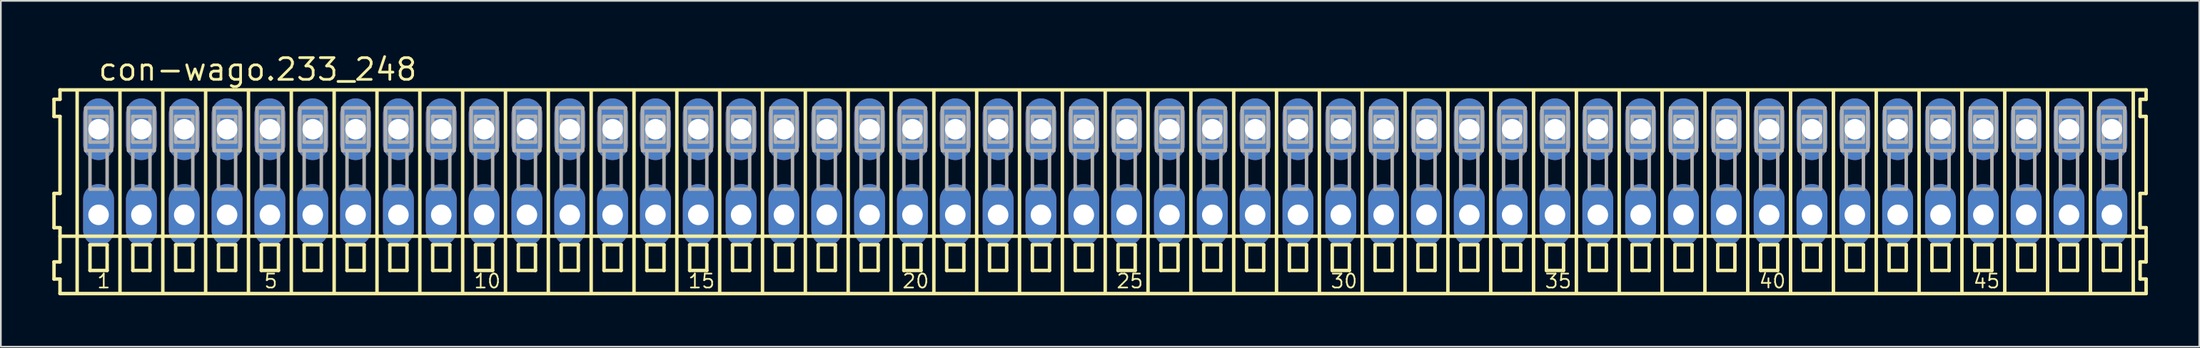
<source format=kicad_pcb>
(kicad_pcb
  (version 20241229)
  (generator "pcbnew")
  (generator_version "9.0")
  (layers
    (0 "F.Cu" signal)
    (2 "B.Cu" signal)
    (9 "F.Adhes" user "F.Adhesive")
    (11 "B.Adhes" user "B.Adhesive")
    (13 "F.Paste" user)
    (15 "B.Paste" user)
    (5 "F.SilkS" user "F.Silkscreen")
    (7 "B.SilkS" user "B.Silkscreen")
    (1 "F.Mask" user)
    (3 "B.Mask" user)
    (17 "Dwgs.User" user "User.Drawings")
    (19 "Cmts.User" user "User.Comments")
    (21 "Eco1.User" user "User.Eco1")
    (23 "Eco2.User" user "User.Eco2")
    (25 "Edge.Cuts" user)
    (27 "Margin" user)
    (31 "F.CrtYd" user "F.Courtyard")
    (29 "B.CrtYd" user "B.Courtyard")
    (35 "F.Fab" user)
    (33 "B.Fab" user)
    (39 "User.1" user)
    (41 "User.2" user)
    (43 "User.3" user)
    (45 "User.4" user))
  (footprint "con-wago.233_248"
    (layer "F.Cu")
    (at 61.452 7)
    (property "Reference" "con-wago.233_248" (at -58.85 -5.25 0) (layer "F.SilkS") (effects (font (size 1.27 1.27) (thickness 0.16)) (justify left bottom)))
    (attr through_hole)
    (fp_line (start -61.35 -4.25) (end -61.35 -3.25) (stroke (width 0.203) (type default)) (layer "F.SilkS"))
    (fp_line (start -61.35 -3.25) (end -61 -3.25) (stroke (width 0.203) (type default)) (layer "F.SilkS"))
    (fp_line (start -61.35 1.25) (end -61.35 3.25) (stroke (width 0.203) (type default)) (layer "F.SilkS"))
    (fp_line (start -61.35 3.25) (end -61 3.25) (stroke (width 0.203) (type default)) (layer "F.SilkS"))
    (fp_line (start -61.35 5.25) (end -61.35 6.25) (stroke (width 0.203) (type default)) (layer "F.SilkS"))
    (fp_line (start -61.35 6.25) (end -61 6.25) (stroke (width 0.203) (type default)) (layer "F.SilkS"))
    (fp_line (start -61 -4.8) (end -61 -4.25) (stroke (width 0.203) (type default)) (layer "F.SilkS"))
    (fp_line (start -61 -4.25) (end -61.35 -4.25) (stroke (width 0.203) (type default)) (layer "F.SilkS"))
    (fp_line (start -61 -3.25) (end -61 1.25) (stroke (width 0.203) (type default)) (layer "F.SilkS"))
    (fp_line (start -61 1.25) (end -61.35 1.25) (stroke (width 0.203) (type default)) (layer "F.SilkS"))
    (fp_line (start -61 3.25) (end -61 5.25) (stroke (width 0.203) (type default)) (layer "F.SilkS"))
    (fp_line (start -61 3.75) (end 60.75 3.75) (stroke (width 0.203) (type default)) (layer "F.SilkS"))
    (fp_line (start -61 5.25) (end -61.35 5.25) (stroke (width 0.203) (type default)) (layer "F.SilkS"))
    (fp_line (start -61 6.25) (end -61 7.1) (stroke (width 0.203) (type default)) (layer "F.SilkS"))
    (fp_line (start -61 7.1) (end 60.75 7.1) (stroke (width 0.203) (type default)) (layer "F.SilkS"))
    (fp_line (start -60 -4.75) (end -60 7) (stroke (width 0.203) (type default)) (layer "F.SilkS"))
    (fp_line (start -59.25 4.25) (end -59.25 5.75) (stroke (width 0.203) (type default)) (layer "F.SilkS"))
    (fp_line (start -59.25 5.75) (end -58.25 5.75) (stroke (width 0.203) (type default)) (layer "F.SilkS"))
    (fp_line (start -58.25 4.25) (end -59.25 4.25) (stroke (width 0.203) (type default)) (layer "F.SilkS"))
    (fp_line (start -58.25 5.75) (end -58.25 4.25) (stroke (width 0.203) (type default)) (layer "F.SilkS"))
    (fp_line (start -57.5 -4.75) (end -57.5 7) (stroke (width 0.203) (type default)) (layer "F.SilkS"))
    (fp_line (start -56.75 4.25) (end -56.75 5.75) (stroke (width 0.203) (type default)) (layer "F.SilkS"))
    (fp_line (start -56.75 5.75) (end -55.75 5.75) (stroke (width 0.203) (type default)) (layer "F.SilkS"))
    (fp_line (start -55.75 4.25) (end -56.75 4.25) (stroke (width 0.203) (type default)) (layer "F.SilkS"))
    (fp_line (start -55.75 5.75) (end -55.75 4.25) (stroke (width 0.203) (type default)) (layer "F.SilkS"))
    (fp_line (start -55 -4.75) (end -55 7) (stroke (width 0.203) (type default)) (layer "F.SilkS"))
    (fp_line (start -54.25 4.25) (end -54.25 5.75) (stroke (width 0.203) (type default)) (layer "F.SilkS"))
    (fp_line (start -54.25 5.75) (end -53.25 5.75) (stroke (width 0.203) (type default)) (layer "F.SilkS"))
    (fp_line (start -53.25 4.25) (end -54.25 4.25) (stroke (width 0.203) (type default)) (layer "F.SilkS"))
    (fp_line (start -53.25 5.75) (end -53.25 4.25) (stroke (width 0.203) (type default)) (layer "F.SilkS"))
    (fp_line (start -52.5 -4.75) (end -52.5 7) (stroke (width 0.203) (type default)) (layer "F.SilkS"))
    (fp_line (start -51.75 4.25) (end -51.75 5.75) (stroke (width 0.203) (type default)) (layer "F.SilkS"))
    (fp_line (start -51.75 5.75) (end -50.75 5.75) (stroke (width 0.203) (type default)) (layer "F.SilkS"))
    (fp_line (start -50.75 4.25) (end -51.75 4.25) (stroke (width 0.203) (type default)) (layer "F.SilkS"))
    (fp_line (start -50.75 5.75) (end -50.75 4.25) (stroke (width 0.203) (type default)) (layer "F.SilkS"))
    (fp_line (start -50 -4.75) (end -50 7) (stroke (width 0.203) (type default)) (layer "F.SilkS"))
    (fp_line (start -49.25 4.25) (end -49.25 5.75) (stroke (width 0.203) (type default)) (layer "F.SilkS"))
    (fp_line (start -49.25 5.75) (end -48.25 5.75) (stroke (width 0.203) (type default)) (layer "F.SilkS"))
    (fp_line (start -48.25 4.25) (end -49.25 4.25) (stroke (width 0.203) (type default)) (layer "F.SilkS"))
    (fp_line (start -48.25 5.75) (end -48.25 4.25) (stroke (width 0.203) (type default)) (layer "F.SilkS"))
    (fp_line (start -47.5 -4.75) (end -47.5 7) (stroke (width 0.203) (type default)) (layer "F.SilkS"))
    (fp_line (start -46.75 4.25) (end -46.75 5.75) (stroke (width 0.203) (type default)) (layer "F.SilkS"))
    (fp_line (start -46.75 5.75) (end -45.75 5.75) (stroke (width 0.203) (type default)) (layer "F.SilkS"))
    (fp_line (start -45.75 4.25) (end -46.75 4.25) (stroke (width 0.203) (type default)) (layer "F.SilkS"))
    (fp_line (start -45.75 5.75) (end -45.75 4.25) (stroke (width 0.203) (type default)) (layer "F.SilkS"))
    (fp_line (start -45 -4.75) (end -45 7) (stroke (width 0.203) (type default)) (layer "F.SilkS"))
    (fp_line (start -44.25 4.25) (end -44.25 5.75) (stroke (width 0.203) (type default)) (layer "F.SilkS"))
    (fp_line (start -44.25 5.75) (end -43.25 5.75) (stroke (width 0.203) (type default)) (layer "F.SilkS"))
    (fp_line (start -43.25 4.25) (end -44.25 4.25) (stroke (width 0.203) (type default)) (layer "F.SilkS"))
    (fp_line (start -43.25 5.75) (end -43.25 4.25) (stroke (width 0.203) (type default)) (layer "F.SilkS"))
    (fp_line (start -42.5 -4.75) (end -42.5 7) (stroke (width 0.203) (type default)) (layer "F.SilkS"))
    (fp_line (start -41.75 4.25) (end -41.75 5.75) (stroke (width 0.203) (type default)) (layer "F.SilkS"))
    (fp_line (start -41.75 5.75) (end -40.75 5.75) (stroke (width 0.203) (type default)) (layer "F.SilkS"))
    (fp_line (start -40.75 4.25) (end -41.75 4.25) (stroke (width 0.203) (type default)) (layer "F.SilkS"))
    (fp_line (start -40.75 5.75) (end -40.75 4.25) (stroke (width 0.203) (type default)) (layer "F.SilkS"))
    (fp_line (start -40 -4.75) (end -40 7) (stroke (width 0.203) (type default)) (layer "F.SilkS"))
    (fp_line (start -39.25 4.25) (end -39.25 5.75) (stroke (width 0.203) (type default)) (layer "F.SilkS"))
    (fp_line (start -39.25 5.75) (end -38.25 5.75) (stroke (width 0.203) (type default)) (layer "F.SilkS"))
    (fp_line (start -38.25 4.25) (end -39.25 4.25) (stroke (width 0.203) (type default)) (layer "F.SilkS"))
    (fp_line (start -38.25 5.75) (end -38.25 4.25) (stroke (width 0.203) (type default)) (layer "F.SilkS"))
    (fp_line (start -37.5 -4.75) (end -37.5 7) (stroke (width 0.203) (type default)) (layer "F.SilkS"))
    (fp_line (start -36.75 4.25) (end -36.75 5.75) (stroke (width 0.203) (type default)) (layer "F.SilkS"))
    (fp_line (start -36.75 5.75) (end -35.75 5.75) (stroke (width 0.203) (type default)) (layer "F.SilkS"))
    (fp_line (start -35.75 4.25) (end -36.75 4.25) (stroke (width 0.203) (type default)) (layer "F.SilkS"))
    (fp_line (start -35.75 5.75) (end -35.75 4.25) (stroke (width 0.203) (type default)) (layer "F.SilkS"))
    (fp_line (start -35 -4.75) (end -35 7) (stroke (width 0.203) (type default)) (layer "F.SilkS"))
    (fp_line (start -34.25 4.25) (end -34.25 5.75) (stroke (width 0.203) (type default)) (layer "F.SilkS"))
    (fp_line (start -34.25 5.75) (end -33.25 5.75) (stroke (width 0.203) (type default)) (layer "F.SilkS"))
    (fp_line (start -33.25 4.25) (end -34.25 4.25) (stroke (width 0.203) (type default)) (layer "F.SilkS"))
    (fp_line (start -33.25 5.75) (end -33.25 4.25) (stroke (width 0.203) (type default)) (layer "F.SilkS"))
    (fp_line (start -32.5 -4.75) (end -32.5 7) (stroke (width 0.203) (type default)) (layer "F.SilkS"))
    (fp_line (start -31.75 4.25) (end -31.75 5.75) (stroke (width 0.203) (type default)) (layer "F.SilkS"))
    (fp_line (start -31.75 5.75) (end -30.75 5.75) (stroke (width 0.203) (type default)) (layer "F.SilkS"))
    (fp_line (start -30.75 4.25) (end -31.75 4.25) (stroke (width 0.203) (type default)) (layer "F.SilkS"))
    (fp_line (start -30.75 5.75) (end -30.75 4.25) (stroke (width 0.203) (type default)) (layer "F.SilkS"))
    (fp_line (start -30 -4.75) (end -30 7) (stroke (width 0.203) (type default)) (layer "F.SilkS"))
    (fp_line (start -29.25 4.25) (end -29.25 5.75) (stroke (width 0.203) (type default)) (layer "F.SilkS"))
    (fp_line (start -29.25 5.75) (end -28.25 5.75) (stroke (width 0.203) (type default)) (layer "F.SilkS"))
    (fp_line (start -28.25 4.25) (end -29.25 4.25) (stroke (width 0.203) (type default)) (layer "F.SilkS"))
    (fp_line (start -28.25 5.75) (end -28.25 4.25) (stroke (width 0.203) (type default)) (layer "F.SilkS"))
    (fp_line (start -27.5 -4.75) (end -27.5 7) (stroke (width 0.203) (type default)) (layer "F.SilkS"))
    (fp_line (start -26.75 4.25) (end -26.75 5.75) (stroke (width 0.203) (type default)) (layer "F.SilkS"))
    (fp_line (start -26.75 5.75) (end -25.75 5.75) (stroke (width 0.203) (type default)) (layer "F.SilkS"))
    (fp_line (start -25.75 4.25) (end -26.75 4.25) (stroke (width 0.203) (type default)) (layer "F.SilkS"))
    (fp_line (start -25.75 5.75) (end -25.75 4.25) (stroke (width 0.203) (type default)) (layer "F.SilkS"))
    (fp_line (start -25 -4.75) (end -25 7) (stroke (width 0.203) (type default)) (layer "F.SilkS"))
    (fp_line (start -24.25 4.25) (end -24.25 5.75) (stroke (width 0.203) (type default)) (layer "F.SilkS"))
    (fp_line (start -24.25 5.75) (end -23.25 5.75) (stroke (width 0.203) (type default)) (layer "F.SilkS"))
    (fp_line (start -23.25 4.25) (end -24.25 4.25) (stroke (width 0.203) (type default)) (layer "F.SilkS"))
    (fp_line (start -23.25 5.75) (end -23.25 4.25) (stroke (width 0.203) (type default)) (layer "F.SilkS"))
    (fp_line (start -22.5 -4.75) (end -22.5 7) (stroke (width 0.203) (type default)) (layer "F.SilkS"))
    (fp_line (start -21.75 4.25) (end -21.75 5.75) (stroke (width 0.203) (type default)) (layer "F.SilkS"))
    (fp_line (start -21.75 5.75) (end -20.75 5.75) (stroke (width 0.203) (type default)) (layer "F.SilkS"))
    (fp_line (start -20.75 4.25) (end -21.75 4.25) (stroke (width 0.203) (type default)) (layer "F.SilkS"))
    (fp_line (start -20.75 5.75) (end -20.75 4.25) (stroke (width 0.203) (type default)) (layer "F.SilkS"))
    (fp_line (start -20 -4.75) (end -20 7) (stroke (width 0.203) (type default)) (layer "F.SilkS"))
    (fp_line (start -19.25 4.25) (end -19.25 5.75) (stroke (width 0.203) (type default)) (layer "F.SilkS"))
    (fp_line (start -19.25 5.75) (end -18.25 5.75) (stroke (width 0.203) (type default)) (layer "F.SilkS"))
    (fp_line (start -18.25 4.25) (end -19.25 4.25) (stroke (width 0.203) (type default)) (layer "F.SilkS"))
    (fp_line (start -18.25 5.75) (end -18.25 4.25) (stroke (width 0.203) (type default)) (layer "F.SilkS"))
    (fp_line (start -17.5 -4.75) (end -17.5 7) (stroke (width 0.203) (type default)) (layer "F.SilkS"))
    (fp_line (start -16.75 4.25) (end -16.75 5.75) (stroke (width 0.203) (type default)) (layer "F.SilkS"))
    (fp_line (start -16.75 5.75) (end -15.75 5.75) (stroke (width 0.203) (type default)) (layer "F.SilkS"))
    (fp_line (start -15.75 4.25) (end -16.75 4.25) (stroke (width 0.203) (type default)) (layer "F.SilkS"))
    (fp_line (start -15.75 5.75) (end -15.75 4.25) (stroke (width 0.203) (type default)) (layer "F.SilkS"))
    (fp_line (start -15 -4.75) (end -15 7) (stroke (width 0.203) (type default)) (layer "F.SilkS"))
    (fp_line (start -14.25 4.25) (end -14.25 5.75) (stroke (width 0.203) (type default)) (layer "F.SilkS"))
    (fp_line (start -14.25 5.75) (end -13.25 5.75) (stroke (width 0.203) (type default)) (layer "F.SilkS"))
    (fp_line (start -13.25 4.25) (end -14.25 4.25) (stroke (width 0.203) (type default)) (layer "F.SilkS"))
    (fp_line (start -13.25 5.75) (end -13.25 4.25) (stroke (width 0.203) (type default)) (layer "F.SilkS"))
    (fp_line (start -12.5 -4.75) (end -12.5 7) (stroke (width 0.203) (type default)) (layer "F.SilkS"))
    (fp_line (start -11.75 4.25) (end -11.75 5.75) (stroke (width 0.203) (type default)) (layer "F.SilkS"))
    (fp_line (start -11.75 5.75) (end -10.75 5.75) (stroke (width 0.203) (type default)) (layer "F.SilkS"))
    (fp_line (start -10.75 4.25) (end -11.75 4.25) (stroke (width 0.203) (type default)) (layer "F.SilkS"))
    (fp_line (start -10.75 5.75) (end -10.75 4.25) (stroke (width 0.203) (type default)) (layer "F.SilkS"))
    (fp_line (start -10 -4.75) (end -10 7) (stroke (width 0.203) (type default)) (layer "F.SilkS"))
    (fp_line (start -9.25 4.25) (end -9.25 5.75) (stroke (width 0.203) (type default)) (layer "F.SilkS"))
    (fp_line (start -9.25 5.75) (end -8.25 5.75) (stroke (width 0.203) (type default)) (layer "F.SilkS"))
    (fp_line (start -8.25 4.25) (end -9.25 4.25) (stroke (width 0.203) (type default)) (layer "F.SilkS"))
    (fp_line (start -8.25 5.75) (end -8.25 4.25) (stroke (width 0.203) (type default)) (layer "F.SilkS"))
    (fp_line (start -7.5 -4.75) (end -7.5 7) (stroke (width 0.203) (type default)) (layer "F.SilkS"))
    (fp_line (start -6.75 4.25) (end -6.75 5.75) (stroke (width 0.203) (type default)) (layer "F.SilkS"))
    (fp_line (start -6.75 5.75) (end -5.75 5.75) (stroke (width 0.203) (type default)) (layer "F.SilkS"))
    (fp_line (start -5.75 4.25) (end -6.75 4.25) (stroke (width 0.203) (type default)) (layer "F.SilkS"))
    (fp_line (start -5.75 5.75) (end -5.75 4.25) (stroke (width 0.203) (type default)) (layer "F.SilkS"))
    (fp_line (start -5 -4.75) (end -5 7) (stroke (width 0.203) (type default)) (layer "F.SilkS"))
    (fp_line (start -4.25 4.25) (end -4.25 5.75) (stroke (width 0.203) (type default)) (layer "F.SilkS"))
    (fp_line (start -4.25 5.75) (end -3.25 5.75) (stroke (width 0.203) (type default)) (layer "F.SilkS"))
    (fp_line (start -3.25 4.25) (end -4.25 4.25) (stroke (width 0.203) (type default)) (layer "F.SilkS"))
    (fp_line (start -3.25 5.75) (end -3.25 4.25) (stroke (width 0.203) (type default)) (layer "F.SilkS"))
    (fp_line (start -2.5 -4.75) (end -2.5 7) (stroke (width 0.203) (type default)) (layer "F.SilkS"))
    (fp_line (start -1.75 4.25) (end -1.75 5.75) (stroke (width 0.203) (type default)) (layer "F.SilkS"))
    (fp_line (start -1.75 5.75) (end -0.75 5.75) (stroke (width 0.203) (type default)) (layer "F.SilkS"))
    (fp_line (start -0.75 4.25) (end -1.75 4.25) (stroke (width 0.203) (type default)) (layer "F.SilkS"))
    (fp_line (start -0.75 5.75) (end -0.75 4.25) (stroke (width 0.203) (type default)) (layer "F.SilkS"))
    (fp_line (start 0 -4.75) (end 0 7) (stroke (width 0.203) (type default)) (layer "F.SilkS"))
    (fp_line (start 0.75 4.25) (end 0.75 5.75) (stroke (width 0.203) (type default)) (layer "F.SilkS"))
    (fp_line (start 0.75 5.75) (end 1.75 5.75) (stroke (width 0.203) (type default)) (layer "F.SilkS"))
    (fp_line (start 1.75 4.25) (end 0.75 4.25) (stroke (width 0.203) (type default)) (layer "F.SilkS"))
    (fp_line (start 1.75 5.75) (end 1.75 4.25) (stroke (width 0.203) (type default)) (layer "F.SilkS"))
    (fp_line (start 2.5 -4.75) (end 2.5 7) (stroke (width 0.203) (type default)) (layer "F.SilkS"))
    (fp_line (start 3.25 4.25) (end 3.25 5.75) (stroke (width 0.203) (type default)) (layer "F.SilkS"))
    (fp_line (start 3.25 5.75) (end 4.25 5.75) (stroke (width 0.203) (type default)) (layer "F.SilkS"))
    (fp_line (start 4.25 4.25) (end 3.25 4.25) (stroke (width 0.203) (type default)) (layer "F.SilkS"))
    (fp_line (start 4.25 5.75) (end 4.25 4.25) (stroke (width 0.203) (type default)) (layer "F.SilkS"))
    (fp_line (start 5 -4.75) (end 5 7) (stroke (width 0.203) (type default)) (layer "F.SilkS"))
    (fp_line (start 5.75 4.25) (end 5.75 5.75) (stroke (width 0.203) (type default)) (layer "F.SilkS"))
    (fp_line (start 5.75 5.75) (end 6.75 5.75) (stroke (width 0.203) (type default)) (layer "F.SilkS"))
    (fp_line (start 6.75 4.25) (end 5.75 4.25) (stroke (width 0.203) (type default)) (layer "F.SilkS"))
    (fp_line (start 6.75 5.75) (end 6.75 4.25) (stroke (width 0.203) (type default)) (layer "F.SilkS"))
    (fp_line (start 7.5 -4.75) (end 7.5 7) (stroke (width 0.203) (type default)) (layer "F.SilkS"))
    (fp_line (start 8.25 4.25) (end 8.25 5.75) (stroke (width 0.203) (type default)) (layer "F.SilkS"))
    (fp_line (start 8.25 5.75) (end 9.25 5.75) (stroke (width 0.203) (type default)) (layer "F.SilkS"))
    (fp_line (start 9.25 4.25) (end 8.25 4.25) (stroke (width 0.203) (type default)) (layer "F.SilkS"))
    (fp_line (start 9.25 5.75) (end 9.25 4.25) (stroke (width 0.203) (type default)) (layer "F.SilkS"))
    (fp_line (start 10 -4.75) (end 10 7) (stroke (width 0.203) (type default)) (layer "F.SilkS"))
    (fp_line (start 10.75 4.25) (end 10.75 5.75) (stroke (width 0.203) (type default)) (layer "F.SilkS"))
    (fp_line (start 10.75 5.75) (end 11.75 5.75) (stroke (width 0.203) (type default)) (layer "F.SilkS"))
    (fp_line (start 11.75 4.25) (end 10.75 4.25) (stroke (width 0.203) (type default)) (layer "F.SilkS"))
    (fp_line (start 11.75 5.75) (end 11.75 4.25) (stroke (width 0.203) (type default)) (layer "F.SilkS"))
    (fp_line (start 12.5 -4.75) (end 12.5 7) (stroke (width 0.203) (type default)) (layer "F.SilkS"))
    (fp_line (start 13.25 4.25) (end 13.25 5.75) (stroke (width 0.203) (type default)) (layer "F.SilkS"))
    (fp_line (start 13.25 5.75) (end 14.25 5.75) (stroke (width 0.203) (type default)) (layer "F.SilkS"))
    (fp_line (start 14.25 4.25) (end 13.25 4.25) (stroke (width 0.203) (type default)) (layer "F.SilkS"))
    (fp_line (start 14.25 5.75) (end 14.25 4.25) (stroke (width 0.203) (type default)) (layer "F.SilkS"))
    (fp_line (start 15 -4.75) (end 15 7) (stroke (width 0.203) (type default)) (layer "F.SilkS"))
    (fp_line (start 15.75 4.25) (end 15.75 5.75) (stroke (width 0.203) (type default)) (layer "F.SilkS"))
    (fp_line (start 15.75 5.75) (end 16.75 5.75) (stroke (width 0.203) (type default)) (layer "F.SilkS"))
    (fp_line (start 16.75 4.25) (end 15.75 4.25) (stroke (width 0.203) (type default)) (layer "F.SilkS"))
    (fp_line (start 16.75 5.75) (end 16.75 4.25) (stroke (width 0.203) (type default)) (layer "F.SilkS"))
    (fp_line (start 17.5 -4.75) (end 17.5 7) (stroke (width 0.203) (type default)) (layer "F.SilkS"))
    (fp_line (start 18.25 4.25) (end 18.25 5.75) (stroke (width 0.203) (type default)) (layer "F.SilkS"))
    (fp_line (start 18.25 5.75) (end 19.25 5.75) (stroke (width 0.203) (type default)) (layer "F.SilkS"))
    (fp_line (start 19.25 4.25) (end 18.25 4.25) (stroke (width 0.203) (type default)) (layer "F.SilkS"))
    (fp_line (start 19.25 5.75) (end 19.25 4.25) (stroke (width 0.203) (type default)) (layer "F.SilkS"))
    (fp_line (start 20 -4.75) (end 20 7) (stroke (width 0.203) (type default)) (layer "F.SilkS"))
    (fp_line (start 20.75 4.25) (end 20.75 5.75) (stroke (width 0.203) (type default)) (layer "F.SilkS"))
    (fp_line (start 20.75 5.75) (end 21.75 5.75) (stroke (width 0.203) (type default)) (layer "F.SilkS"))
    (fp_line (start 21.75 4.25) (end 20.75 4.25) (stroke (width 0.203) (type default)) (layer "F.SilkS"))
    (fp_line (start 21.75 5.75) (end 21.75 4.25) (stroke (width 0.203) (type default)) (layer "F.SilkS"))
    (fp_line (start 22.5 -4.75) (end 22.5 7) (stroke (width 0.203) (type default)) (layer "F.SilkS"))
    (fp_line (start 23.25 4.25) (end 23.25 5.75) (stroke (width 0.203) (type default)) (layer "F.SilkS"))
    (fp_line (start 23.25 5.75) (end 24.25 5.75) (stroke (width 0.203) (type default)) (layer "F.SilkS"))
    (fp_line (start 24.25 4.25) (end 23.25 4.25) (stroke (width 0.203) (type default)) (layer "F.SilkS"))
    (fp_line (start 24.25 5.75) (end 24.25 4.25) (stroke (width 0.203) (type default)) (layer "F.SilkS"))
    (fp_line (start 25 -4.75) (end 25 7) (stroke (width 0.203) (type default)) (layer "F.SilkS"))
    (fp_line (start 25.75 4.25) (end 25.75 5.75) (stroke (width 0.203) (type default)) (layer "F.SilkS"))
    (fp_line (start 25.75 5.75) (end 26.75 5.75) (stroke (width 0.203) (type default)) (layer "F.SilkS"))
    (fp_line (start 26.75 4.25) (end 25.75 4.25) (stroke (width 0.203) (type default)) (layer "F.SilkS"))
    (fp_line (start 26.75 5.75) (end 26.75 4.25) (stroke (width 0.203) (type default)) (layer "F.SilkS"))
    (fp_line (start 27.5 -4.75) (end 27.5 7) (stroke (width 0.203) (type default)) (layer "F.SilkS"))
    (fp_line (start 28.25 4.25) (end 28.25 5.75) (stroke (width 0.203) (type default)) (layer "F.SilkS"))
    (fp_line (start 28.25 5.75) (end 29.25 5.75) (stroke (width 0.203) (type default)) (layer "F.SilkS"))
    (fp_line (start 29.25 4.25) (end 28.25 4.25) (stroke (width 0.203) (type default)) (layer "F.SilkS"))
    (fp_line (start 29.25 5.75) (end 29.25 4.25) (stroke (width 0.203) (type default)) (layer "F.SilkS"))
    (fp_line (start 30 -4.75) (end 30 7) (stroke (width 0.203) (type default)) (layer "F.SilkS"))
    (fp_line (start 30.75 4.25) (end 30.75 5.75) (stroke (width 0.203) (type default)) (layer "F.SilkS"))
    (fp_line (start 30.75 5.75) (end 31.75 5.75) (stroke (width 0.203) (type default)) (layer "F.SilkS"))
    (fp_line (start 31.75 4.25) (end 30.75 4.25) (stroke (width 0.203) (type default)) (layer "F.SilkS"))
    (fp_line (start 31.75 5.75) (end 31.75 4.25) (stroke (width 0.203) (type default)) (layer "F.SilkS"))
    (fp_line (start 32.5 -4.75) (end 32.5 7) (stroke (width 0.203) (type default)) (layer "F.SilkS"))
    (fp_line (start 33.25 4.25) (end 33.25 5.75) (stroke (width 0.203) (type default)) (layer "F.SilkS"))
    (fp_line (start 33.25 5.75) (end 34.25 5.75) (stroke (width 0.203) (type default)) (layer "F.SilkS"))
    (fp_line (start 34.25 4.25) (end 33.25 4.25) (stroke (width 0.203) (type default)) (layer "F.SilkS"))
    (fp_line (start 34.25 5.75) (end 34.25 4.25) (stroke (width 0.203) (type default)) (layer "F.SilkS"))
    (fp_line (start 35 -4.75) (end 35 7) (stroke (width 0.203) (type default)) (layer "F.SilkS"))
    (fp_line (start 35.75 4.25) (end 35.75 5.75) (stroke (width 0.203) (type default)) (layer "F.SilkS"))
    (fp_line (start 35.75 5.75) (end 36.75 5.75) (stroke (width 0.203) (type default)) (layer "F.SilkS"))
    (fp_line (start 36.75 4.25) (end 35.75 4.25) (stroke (width 0.203) (type default)) (layer "F.SilkS"))
    (fp_line (start 36.75 5.75) (end 36.75 4.25) (stroke (width 0.203) (type default)) (layer "F.SilkS"))
    (fp_line (start 37.5 -4.75) (end 37.5 7) (stroke (width 0.203) (type default)) (layer "F.SilkS"))
    (fp_line (start 38.25 4.25) (end 38.25 5.75) (stroke (width 0.203) (type default)) (layer "F.SilkS"))
    (fp_line (start 38.25 5.75) (end 39.25 5.75) (stroke (width 0.203) (type default)) (layer "F.SilkS"))
    (fp_line (start 39.25 4.25) (end 38.25 4.25) (stroke (width 0.203) (type default)) (layer "F.SilkS"))
    (fp_line (start 39.25 5.75) (end 39.25 4.25) (stroke (width 0.203) (type default)) (layer "F.SilkS"))
    (fp_line (start 40 -4.75) (end 40 7) (stroke (width 0.203) (type default)) (layer "F.SilkS"))
    (fp_line (start 40.75 4.25) (end 40.75 5.75) (stroke (width 0.203) (type default)) (layer "F.SilkS"))
    (fp_line (start 40.75 5.75) (end 41.75 5.75) (stroke (width 0.203) (type default)) (layer "F.SilkS"))
    (fp_line (start 41.75 4.25) (end 40.75 4.25) (stroke (width 0.203) (type default)) (layer "F.SilkS"))
    (fp_line (start 41.75 5.75) (end 41.75 4.25) (stroke (width 0.203) (type default)) (layer "F.SilkS"))
    (fp_line (start 42.5 -4.75) (end 42.5 7) (stroke (width 0.203) (type default)) (layer "F.SilkS"))
    (fp_line (start 43.25 4.25) (end 43.25 5.75) (stroke (width 0.203) (type default)) (layer "F.SilkS"))
    (fp_line (start 43.25 5.75) (end 44.25 5.75) (stroke (width 0.203) (type default)) (layer "F.SilkS"))
    (fp_line (start 44.25 4.25) (end 43.25 4.25) (stroke (width 0.203) (type default)) (layer "F.SilkS"))
    (fp_line (start 44.25 5.75) (end 44.25 4.25) (stroke (width 0.203) (type default)) (layer "F.SilkS"))
    (fp_line (start 45 -4.75) (end 45 7) (stroke (width 0.203) (type default)) (layer "F.SilkS"))
    (fp_line (start 45.75 4.25) (end 45.75 5.75) (stroke (width 0.203) (type default)) (layer "F.SilkS"))
    (fp_line (start 45.75 5.75) (end 46.75 5.75) (stroke (width 0.203) (type default)) (layer "F.SilkS"))
    (fp_line (start 46.75 4.25) (end 45.75 4.25) (stroke (width 0.203) (type default)) (layer "F.SilkS"))
    (fp_line (start 46.75 5.75) (end 46.75 4.25) (stroke (width 0.203) (type default)) (layer "F.SilkS"))
    (fp_line (start 47.5 -4.75) (end 47.5 7) (stroke (width 0.203) (type default)) (layer "F.SilkS"))
    (fp_line (start 48.25 4.25) (end 48.25 5.75) (stroke (width 0.203) (type default)) (layer "F.SilkS"))
    (fp_line (start 48.25 5.75) (end 49.25 5.75) (stroke (width 0.203) (type default)) (layer "F.SilkS"))
    (fp_line (start 49.25 4.25) (end 48.25 4.25) (stroke (width 0.203) (type default)) (layer "F.SilkS"))
    (fp_line (start 49.25 5.75) (end 49.25 4.25) (stroke (width 0.203) (type default)) (layer "F.SilkS"))
    (fp_line (start 50 -4.75) (end 50 7) (stroke (width 0.203) (type default)) (layer "F.SilkS"))
    (fp_line (start 50.75 4.25) (end 50.75 5.75) (stroke (width 0.203) (type default)) (layer "F.SilkS"))
    (fp_line (start 50.75 5.75) (end 51.75 5.75) (stroke (width 0.203) (type default)) (layer "F.SilkS"))
    (fp_line (start 51.75 4.25) (end 50.75 4.25) (stroke (width 0.203) (type default)) (layer "F.SilkS"))
    (fp_line (start 51.75 5.75) (end 51.75 4.25) (stroke (width 0.203) (type default)) (layer "F.SilkS"))
    (fp_line (start 52.5 -4.75) (end 52.5 7) (stroke (width 0.203) (type default)) (layer "F.SilkS"))
    (fp_line (start 53.25 4.25) (end 53.25 5.75) (stroke (width 0.203) (type default)) (layer "F.SilkS"))
    (fp_line (start 53.25 5.75) (end 54.25 5.75) (stroke (width 0.203) (type default)) (layer "F.SilkS"))
    (fp_line (start 54.25 4.25) (end 53.25 4.25) (stroke (width 0.203) (type default)) (layer "F.SilkS"))
    (fp_line (start 54.25 5.75) (end 54.25 4.25) (stroke (width 0.203) (type default)) (layer "F.SilkS"))
    (fp_line (start 55 -4.75) (end 55 7) (stroke (width 0.203) (type default)) (layer "F.SilkS"))
    (fp_line (start 55.75 4.25) (end 55.75 5.75) (stroke (width 0.203) (type default)) (layer "F.SilkS"))
    (fp_line (start 55.75 5.75) (end 56.75 5.75) (stroke (width 0.203) (type default)) (layer "F.SilkS"))
    (fp_line (start 56.75 4.25) (end 55.75 4.25) (stroke (width 0.203) (type default)) (layer "F.SilkS"))
    (fp_line (start 56.75 5.75) (end 56.75 4.25) (stroke (width 0.203) (type default)) (layer "F.SilkS"))
    (fp_line (start 57.5 -4.75) (end 57.5 7) (stroke (width 0.203) (type default)) (layer "F.SilkS"))
    (fp_line (start 58.25 4.25) (end 58.25 5.75) (stroke (width 0.203) (type default)) (layer "F.SilkS"))
    (fp_line (start 58.25 5.75) (end 59.25 5.75) (stroke (width 0.203) (type default)) (layer "F.SilkS"))
    (fp_line (start 59.25 4.25) (end 58.25 4.25) (stroke (width 0.203) (type default)) (layer "F.SilkS"))
    (fp_line (start 59.25 5.75) (end 59.25 4.25) (stroke (width 0.203) (type default)) (layer "F.SilkS"))
    (fp_line (start 60 -4.75) (end 60 7) (stroke (width 0.203) (type default)) (layer "F.SilkS"))
    (fp_line (start 60.4 -4.25) (end 60.4 -3.25) (stroke (width 0.203) (type default)) (layer "F.SilkS"))
    (fp_line (start 60.4 -3.25) (end 60.75 -3.25) (stroke (width 0.203) (type default)) (layer "F.SilkS"))
    (fp_line (start 60.4 1.25) (end 60.4 3.25) (stroke (width 0.203) (type default)) (layer "F.SilkS"))
    (fp_line (start 60.4 3.25) (end 60.75 3.25) (stroke (width 0.203) (type default)) (layer "F.SilkS"))
    (fp_line (start 60.4 5.25) (end 60.4 6.25) (stroke (width 0.203) (type default)) (layer "F.SilkS"))
    (fp_line (start 60.4 6.25) (end 60.75 6.25) (stroke (width 0.203) (type default)) (layer "F.SilkS"))
    (fp_line (start 60.75 -4.8) (end -61 -4.8) (stroke (width 0.203) (type default)) (layer "F.SilkS"))
    (fp_line (start 60.75 -4.25) (end 60.4 -4.25) (stroke (width 0.203) (type default)) (layer "F.SilkS"))
    (fp_line (start 60.75 -4.25) (end 60.75 -4.8) (stroke (width 0.203) (type default)) (layer "F.SilkS"))
    (fp_line (start 60.75 1.25) (end 60.4 1.25) (stroke (width 0.203) (type default)) (layer "F.SilkS"))
    (fp_line (start 60.75 1.25) (end 60.75 -3.25) (stroke (width 0.203) (type default)) (layer "F.SilkS"))
    (fp_line (start 60.75 3.75) (end 60.75 3.25) (stroke (width 0.203) (type default)) (layer "F.SilkS"))
    (fp_line (start 60.75 5.25) (end 60.4 5.25) (stroke (width 0.203) (type default)) (layer "F.SilkS"))
    (fp_line (start 60.75 5.25) (end 60.75 3.75) (stroke (width 0.203) (type default)) (layer "F.SilkS"))
    (fp_line (start 60.75 7.1) (end 60.75 6.25) (stroke (width 0.203) (type default)) (layer "F.SilkS"))
    (fp_line (start -59.5 -3.75) (end -59.5 -1.25) (stroke (width 0.203) (type default)) (layer "F.Fab"))
    (fp_line (start -59.5 -1.25) (end -59.25 -1.25) (stroke (width 0.203) (type default)) (layer "F.Fab"))
    (fp_line (start -59.25 -3.25) (end -59.25 -1.75) (stroke (width 0.203) (type default)) (layer "F.Fab"))
    (fp_line (start -59.25 -1.75) (end -58.25 -1.75) (stroke (width 0.203) (type default)) (layer "F.Fab"))
    (fp_line (start -59.25 -1.25) (end -59.25 1) (stroke (width 0.203) (type default)) (layer "F.Fab"))
    (fp_line (start -59.25 -1.25) (end -58.25 -1.25) (stroke (width 0.203) (type default)) (layer "F.Fab"))
    (fp_line (start -59.25 1) (end -58.25 1) (stroke (width 0.203) (type default)) (layer "F.Fab"))
    (fp_line (start -58.25 -3.25) (end -59.25 -3.25) (stroke (width 0.203) (type default)) (layer "F.Fab"))
    (fp_line (start -58.25 -1.75) (end -58.25 -3.25) (stroke (width 0.203) (type default)) (layer "F.Fab"))
    (fp_line (start -58.25 -1.25) (end -58 -1.25) (stroke (width 0.203) (type default)) (layer "F.Fab"))
    (fp_line (start -58.25 1) (end -58.25 -1.25) (stroke (width 0.203) (type default)) (layer "F.Fab"))
    (fp_line (start -58 -3.75) (end -59.5 -3.75) (stroke (width 0.203) (type default)) (layer "F.Fab"))
    (fp_line (start -58 -1.25) (end -58 -3.75) (stroke (width 0.203) (type default)) (layer "F.Fab"))
    (fp_line (start -57 -3.75) (end -57 -1.25) (stroke (width 0.203) (type default)) (layer "F.Fab"))
    (fp_line (start -57 -1.25) (end -56.75 -1.25) (stroke (width 0.203) (type default)) (layer "F.Fab"))
    (fp_line (start -56.75 -3.25) (end -56.75 -1.75) (stroke (width 0.203) (type default)) (layer "F.Fab"))
    (fp_line (start -56.75 -1.75) (end -55.75 -1.75) (stroke (width 0.203) (type default)) (layer "F.Fab"))
    (fp_line (start -56.75 -1.25) (end -56.75 1) (stroke (width 0.203) (type default)) (layer "F.Fab"))
    (fp_line (start -56.75 -1.25) (end -55.75 -1.25) (stroke (width 0.203) (type default)) (layer "F.Fab"))
    (fp_line (start -56.75 1) (end -55.75 1) (stroke (width 0.203) (type default)) (layer "F.Fab"))
    (fp_line (start -55.75 -3.25) (end -56.75 -3.25) (stroke (width 0.203) (type default)) (layer "F.Fab"))
    (fp_line (start -55.75 -1.75) (end -55.75 -3.25) (stroke (width 0.203) (type default)) (layer "F.Fab"))
    (fp_line (start -55.75 -1.25) (end -55.5 -1.25) (stroke (width 0.203) (type default)) (layer "F.Fab"))
    (fp_line (start -55.75 1) (end -55.75 -1.25) (stroke (width 0.203) (type default)) (layer "F.Fab"))
    (fp_line (start -55.5 -3.75) (end -57 -3.75) (stroke (width 0.203) (type default)) (layer "F.Fab"))
    (fp_line (start -55.5 -1.25) (end -55.5 -3.75) (stroke (width 0.203) (type default)) (layer "F.Fab"))
    (fp_line (start -54.5 -3.75) (end -54.5 -1.25) (stroke (width 0.203) (type default)) (layer "F.Fab"))
    (fp_line (start -54.5 -1.25) (end -54.25 -1.25) (stroke (width 0.203) (type default)) (layer "F.Fab"))
    (fp_line (start -54.25 -3.25) (end -54.25 -1.75) (stroke (width 0.203) (type default)) (layer "F.Fab"))
    (fp_line (start -54.25 -1.75) (end -53.25 -1.75) (stroke (width 0.203) (type default)) (layer "F.Fab"))
    (fp_line (start -54.25 -1.25) (end -54.25 1) (stroke (width 0.203) (type default)) (layer "F.Fab"))
    (fp_line (start -54.25 -1.25) (end -53.25 -1.25) (stroke (width 0.203) (type default)) (layer "F.Fab"))
    (fp_line (start -54.25 1) (end -53.25 1) (stroke (width 0.203) (type default)) (layer "F.Fab"))
    (fp_line (start -53.25 -3.25) (end -54.25 -3.25) (stroke (width 0.203) (type default)) (layer "F.Fab"))
    (fp_line (start -53.25 -1.75) (end -53.25 -3.25) (stroke (width 0.203) (type default)) (layer "F.Fab"))
    (fp_line (start -53.25 -1.25) (end -53 -1.25) (stroke (width 0.203) (type default)) (layer "F.Fab"))
    (fp_line (start -53.25 1) (end -53.25 -1.25) (stroke (width 0.203) (type default)) (layer "F.Fab"))
    (fp_line (start -53 -3.75) (end -54.5 -3.75) (stroke (width 0.203) (type default)) (layer "F.Fab"))
    (fp_line (start -53 -1.25) (end -53 -3.75) (stroke (width 0.203) (type default)) (layer "F.Fab"))
    (fp_line (start -52 -3.75) (end -52 -1.25) (stroke (width 0.203) (type default)) (layer "F.Fab"))
    (fp_line (start -52 -1.25) (end -51.75 -1.25) (stroke (width 0.203) (type default)) (layer "F.Fab"))
    (fp_line (start -51.75 -3.25) (end -51.75 -1.75) (stroke (width 0.203) (type default)) (layer "F.Fab"))
    (fp_line (start -51.75 -1.75) (end -50.75 -1.75) (stroke (width 0.203) (type default)) (layer "F.Fab"))
    (fp_line (start -51.75 -1.25) (end -51.75 1) (stroke (width 0.203) (type default)) (layer "F.Fab"))
    (fp_line (start -51.75 -1.25) (end -50.75 -1.25) (stroke (width 0.203) (type default)) (layer "F.Fab"))
    (fp_line (start -51.75 1) (end -50.75 1) (stroke (width 0.203) (type default)) (layer "F.Fab"))
    (fp_line (start -50.75 -3.25) (end -51.75 -3.25) (stroke (width 0.203) (type default)) (layer "F.Fab"))
    (fp_line (start -50.75 -1.75) (end -50.75 -3.25) (stroke (width 0.203) (type default)) (layer "F.Fab"))
    (fp_line (start -50.75 -1.25) (end -50.5 -1.25) (stroke (width 0.203) (type default)) (layer "F.Fab"))
    (fp_line (start -50.75 1) (end -50.75 -1.25) (stroke (width 0.203) (type default)) (layer "F.Fab"))
    (fp_line (start -50.5 -3.75) (end -52 -3.75) (stroke (width 0.203) (type default)) (layer "F.Fab"))
    (fp_line (start -50.5 -1.25) (end -50.5 -3.75) (stroke (width 0.203) (type default)) (layer "F.Fab"))
    (fp_line (start -49.5 -3.75) (end -49.5 -1.25) (stroke (width 0.203) (type default)) (layer "F.Fab"))
    (fp_line (start -49.5 -1.25) (end -49.25 -1.25) (stroke (width 0.203) (type default)) (layer "F.Fab"))
    (fp_line (start -49.25 -3.25) (end -49.25 -1.75) (stroke (width 0.203) (type default)) (layer "F.Fab"))
    (fp_line (start -49.25 -1.75) (end -48.25 -1.75) (stroke (width 0.203) (type default)) (layer "F.Fab"))
    (fp_line (start -49.25 -1.25) (end -49.25 1) (stroke (width 0.203) (type default)) (layer "F.Fab"))
    (fp_line (start -49.25 -1.25) (end -48.25 -1.25) (stroke (width 0.203) (type default)) (layer "F.Fab"))
    (fp_line (start -49.25 1) (end -48.25 1) (stroke (width 0.203) (type default)) (layer "F.Fab"))
    (fp_line (start -48.25 -3.25) (end -49.25 -3.25) (stroke (width 0.203) (type default)) (layer "F.Fab"))
    (fp_line (start -48.25 -1.75) (end -48.25 -3.25) (stroke (width 0.203) (type default)) (layer "F.Fab"))
    (fp_line (start -48.25 -1.25) (end -48 -1.25) (stroke (width 0.203) (type default)) (layer "F.Fab"))
    (fp_line (start -48.25 1) (end -48.25 -1.25) (stroke (width 0.203) (type default)) (layer "F.Fab"))
    (fp_line (start -48 -3.75) (end -49.5 -3.75) (stroke (width 0.203) (type default)) (layer "F.Fab"))
    (fp_line (start -48 -1.25) (end -48 -3.75) (stroke (width 0.203) (type default)) (layer "F.Fab"))
    (fp_line (start -47 -3.75) (end -47 -1.25) (stroke (width 0.203) (type default)) (layer "F.Fab"))
    (fp_line (start -47 -1.25) (end -46.75 -1.25) (stroke (width 0.203) (type default)) (layer "F.Fab"))
    (fp_line (start -46.75 -3.25) (end -46.75 -1.75) (stroke (width 0.203) (type default)) (layer "F.Fab"))
    (fp_line (start -46.75 -1.75) (end -45.75 -1.75) (stroke (width 0.203) (type default)) (layer "F.Fab"))
    (fp_line (start -46.75 -1.25) (end -46.75 1) (stroke (width 0.203) (type default)) (layer "F.Fab"))
    (fp_line (start -46.75 -1.25) (end -45.75 -1.25) (stroke (width 0.203) (type default)) (layer "F.Fab"))
    (fp_line (start -46.75 1) (end -45.75 1) (stroke (width 0.203) (type default)) (layer "F.Fab"))
    (fp_line (start -45.75 -3.25) (end -46.75 -3.25) (stroke (width 0.203) (type default)) (layer "F.Fab"))
    (fp_line (start -45.75 -1.75) (end -45.75 -3.25) (stroke (width 0.203) (type default)) (layer "F.Fab"))
    (fp_line (start -45.75 -1.25) (end -45.5 -1.25) (stroke (width 0.203) (type default)) (layer "F.Fab"))
    (fp_line (start -45.75 1) (end -45.75 -1.25) (stroke (width 0.203) (type default)) (layer "F.Fab"))
    (fp_line (start -45.5 -3.75) (end -47 -3.75) (stroke (width 0.203) (type default)) (layer "F.Fab"))
    (fp_line (start -45.5 -1.25) (end -45.5 -3.75) (stroke (width 0.203) (type default)) (layer "F.Fab"))
    (fp_line (start -44.5 -3.75) (end -44.5 -1.25) (stroke (width 0.203) (type default)) (layer "F.Fab"))
    (fp_line (start -44.5 -1.25) (end -44.25 -1.25) (stroke (width 0.203) (type default)) (layer "F.Fab"))
    (fp_line (start -44.25 -3.25) (end -44.25 -1.75) (stroke (width 0.203) (type default)) (layer "F.Fab"))
    (fp_line (start -44.25 -1.75) (end -43.25 -1.75) (stroke (width 0.203) (type default)) (layer "F.Fab"))
    (fp_line (start -44.25 -1.25) (end -44.25 1) (stroke (width 0.203) (type default)) (layer "F.Fab"))
    (fp_line (start -44.25 -1.25) (end -43.25 -1.25) (stroke (width 0.203) (type default)) (layer "F.Fab"))
    (fp_line (start -44.25 1) (end -43.25 1) (stroke (width 0.203) (type default)) (layer "F.Fab"))
    (fp_line (start -43.25 -3.25) (end -44.25 -3.25) (stroke (width 0.203) (type default)) (layer "F.Fab"))
    (fp_line (start -43.25 -1.75) (end -43.25 -3.25) (stroke (width 0.203) (type default)) (layer "F.Fab"))
    (fp_line (start -43.25 -1.25) (end -43 -1.25) (stroke (width 0.203) (type default)) (layer "F.Fab"))
    (fp_line (start -43.25 1) (end -43.25 -1.25) (stroke (width 0.203) (type default)) (layer "F.Fab"))
    (fp_line (start -43 -3.75) (end -44.5 -3.75) (stroke (width 0.203) (type default)) (layer "F.Fab"))
    (fp_line (start -43 -1.25) (end -43 -3.75) (stroke (width 0.203) (type default)) (layer "F.Fab"))
    (fp_line (start -42 -3.75) (end -42 -1.25) (stroke (width 0.203) (type default)) (layer "F.Fab"))
    (fp_line (start -42 -1.25) (end -41.75 -1.25) (stroke (width 0.203) (type default)) (layer "F.Fab"))
    (fp_line (start -41.75 -3.25) (end -41.75 -1.75) (stroke (width 0.203) (type default)) (layer "F.Fab"))
    (fp_line (start -41.75 -1.75) (end -40.75 -1.75) (stroke (width 0.203) (type default)) (layer "F.Fab"))
    (fp_line (start -41.75 -1.25) (end -41.75 1) (stroke (width 0.203) (type default)) (layer "F.Fab"))
    (fp_line (start -41.75 -1.25) (end -40.75 -1.25) (stroke (width 0.203) (type default)) (layer "F.Fab"))
    (fp_line (start -41.75 1) (end -40.75 1) (stroke (width 0.203) (type default)) (layer "F.Fab"))
    (fp_line (start -40.75 -3.25) (end -41.75 -3.25) (stroke (width 0.203) (type default)) (layer "F.Fab"))
    (fp_line (start -40.75 -1.75) (end -40.75 -3.25) (stroke (width 0.203) (type default)) (layer "F.Fab"))
    (fp_line (start -40.75 -1.25) (end -40.5 -1.25) (stroke (width 0.203) (type default)) (layer "F.Fab"))
    (fp_line (start -40.75 1) (end -40.75 -1.25) (stroke (width 0.203) (type default)) (layer "F.Fab"))
    (fp_line (start -40.5 -3.75) (end -42 -3.75) (stroke (width 0.203) (type default)) (layer "F.Fab"))
    (fp_line (start -40.5 -1.25) (end -40.5 -3.75) (stroke (width 0.203) (type default)) (layer "F.Fab"))
    (fp_line (start -39.5 -3.75) (end -39.5 -1.25) (stroke (width 0.203) (type default)) (layer "F.Fab"))
    (fp_line (start -39.5 -1.25) (end -39.25 -1.25) (stroke (width 0.203) (type default)) (layer "F.Fab"))
    (fp_line (start -39.25 -3.25) (end -39.25 -1.75) (stroke (width 0.203) (type default)) (layer "F.Fab"))
    (fp_line (start -39.25 -1.75) (end -38.25 -1.75) (stroke (width 0.203) (type default)) (layer "F.Fab"))
    (fp_line (start -39.25 -1.25) (end -39.25 1) (stroke (width 0.203) (type default)) (layer "F.Fab"))
    (fp_line (start -39.25 -1.25) (end -38.25 -1.25) (stroke (width 0.203) (type default)) (layer "F.Fab"))
    (fp_line (start -39.25 1) (end -38.25 1) (stroke (width 0.203) (type default)) (layer "F.Fab"))
    (fp_line (start -38.25 -3.25) (end -39.25 -3.25) (stroke (width 0.203) (type default)) (layer "F.Fab"))
    (fp_line (start -38.25 -1.75) (end -38.25 -3.25) (stroke (width 0.203) (type default)) (layer "F.Fab"))
    (fp_line (start -38.25 -1.25) (end -38 -1.25) (stroke (width 0.203) (type default)) (layer "F.Fab"))
    (fp_line (start -38.25 1) (end -38.25 -1.25) (stroke (width 0.203) (type default)) (layer "F.Fab"))
    (fp_line (start -38 -3.75) (end -39.5 -3.75) (stroke (width 0.203) (type default)) (layer "F.Fab"))
    (fp_line (start -38 -1.25) (end -38 -3.75) (stroke (width 0.203) (type default)) (layer "F.Fab"))
    (fp_line (start -37 -3.75) (end -37 -1.25) (stroke (width 0.203) (type default)) (layer "F.Fab"))
    (fp_line (start -37 -1.25) (end -36.75 -1.25) (stroke (width 0.203) (type default)) (layer "F.Fab"))
    (fp_line (start -36.75 -3.25) (end -36.75 -1.75) (stroke (width 0.203) (type default)) (layer "F.Fab"))
    (fp_line (start -36.75 -1.75) (end -35.75 -1.75) (stroke (width 0.203) (type default)) (layer "F.Fab"))
    (fp_line (start -36.75 -1.25) (end -36.75 1) (stroke (width 0.203) (type default)) (layer "F.Fab"))
    (fp_line (start -36.75 -1.25) (end -35.75 -1.25) (stroke (width 0.203) (type default)) (layer "F.Fab"))
    (fp_line (start -36.75 1) (end -35.75 1) (stroke (width 0.203) (type default)) (layer "F.Fab"))
    (fp_line (start -35.75 -3.25) (end -36.75 -3.25) (stroke (width 0.203) (type default)) (layer "F.Fab"))
    (fp_line (start -35.75 -1.75) (end -35.75 -3.25) (stroke (width 0.203) (type default)) (layer "F.Fab"))
    (fp_line (start -35.75 -1.25) (end -35.5 -1.25) (stroke (width 0.203) (type default)) (layer "F.Fab"))
    (fp_line (start -35.75 1) (end -35.75 -1.25) (stroke (width 0.203) (type default)) (layer "F.Fab"))
    (fp_line (start -35.5 -3.75) (end -37 -3.75) (stroke (width 0.203) (type default)) (layer "F.Fab"))
    (fp_line (start -35.5 -1.25) (end -35.5 -3.75) (stroke (width 0.203) (type default)) (layer "F.Fab"))
    (fp_line (start -34.5 -3.75) (end -34.5 -1.25) (stroke (width 0.203) (type default)) (layer "F.Fab"))
    (fp_line (start -34.5 -1.25) (end -34.25 -1.25) (stroke (width 0.203) (type default)) (layer "F.Fab"))
    (fp_line (start -34.25 -3.25) (end -34.25 -1.75) (stroke (width 0.203) (type default)) (layer "F.Fab"))
    (fp_line (start -34.25 -1.75) (end -33.25 -1.75) (stroke (width 0.203) (type default)) (layer "F.Fab"))
    (fp_line (start -34.25 -1.25) (end -34.25 1) (stroke (width 0.203) (type default)) (layer "F.Fab"))
    (fp_line (start -34.25 -1.25) (end -33.25 -1.25) (stroke (width 0.203) (type default)) (layer "F.Fab"))
    (fp_line (start -34.25 1) (end -33.25 1) (stroke (width 0.203) (type default)) (layer "F.Fab"))
    (fp_line (start -33.25 -3.25) (end -34.25 -3.25) (stroke (width 0.203) (type default)) (layer "F.Fab"))
    (fp_line (start -33.25 -1.75) (end -33.25 -3.25) (stroke (width 0.203) (type default)) (layer "F.Fab"))
    (fp_line (start -33.25 -1.25) (end -33 -1.25) (stroke (width 0.203) (type default)) (layer "F.Fab"))
    (fp_line (start -33.25 1) (end -33.25 -1.25) (stroke (width 0.203) (type default)) (layer "F.Fab"))
    (fp_line (start -33 -3.75) (end -34.5 -3.75) (stroke (width 0.203) (type default)) (layer "F.Fab"))
    (fp_line (start -33 -1.25) (end -33 -3.75) (stroke (width 0.203) (type default)) (layer "F.Fab"))
    (fp_line (start -32 -3.75) (end -32 -1.25) (stroke (width 0.203) (type default)) (layer "F.Fab"))
    (fp_line (start -32 -1.25) (end -31.75 -1.25) (stroke (width 0.203) (type default)) (layer "F.Fab"))
    (fp_line (start -31.75 -3.25) (end -31.75 -1.75) (stroke (width 0.203) (type default)) (layer "F.Fab"))
    (fp_line (start -31.75 -1.75) (end -30.75 -1.75) (stroke (width 0.203) (type default)) (layer "F.Fab"))
    (fp_line (start -31.75 -1.25) (end -31.75 1) (stroke (width 0.203) (type default)) (layer "F.Fab"))
    (fp_line (start -31.75 -1.25) (end -30.75 -1.25) (stroke (width 0.203) (type default)) (layer "F.Fab"))
    (fp_line (start -31.75 1) (end -30.75 1) (stroke (width 0.203) (type default)) (layer "F.Fab"))
    (fp_line (start -30.75 -3.25) (end -31.75 -3.25) (stroke (width 0.203) (type default)) (layer "F.Fab"))
    (fp_line (start -30.75 -1.75) (end -30.75 -3.25) (stroke (width 0.203) (type default)) (layer "F.Fab"))
    (fp_line (start -30.75 -1.25) (end -30.5 -1.25) (stroke (width 0.203) (type default)) (layer "F.Fab"))
    (fp_line (start -30.75 1) (end -30.75 -1.25) (stroke (width 0.203) (type default)) (layer "F.Fab"))
    (fp_line (start -30.5 -3.75) (end -32 -3.75) (stroke (width 0.203) (type default)) (layer "F.Fab"))
    (fp_line (start -30.5 -1.25) (end -30.5 -3.75) (stroke (width 0.203) (type default)) (layer "F.Fab"))
    (fp_line (start -29.5 -3.75) (end -29.5 -1.25) (stroke (width 0.203) (type default)) (layer "F.Fab"))
    (fp_line (start -29.5 -1.25) (end -29.25 -1.25) (stroke (width 0.203) (type default)) (layer "F.Fab"))
    (fp_line (start -29.25 -3.25) (end -29.25 -1.75) (stroke (width 0.203) (type default)) (layer "F.Fab"))
    (fp_line (start -29.25 -1.75) (end -28.25 -1.75) (stroke (width 0.203) (type default)) (layer "F.Fab"))
    (fp_line (start -29.25 -1.25) (end -29.25 1) (stroke (width 0.203) (type default)) (layer "F.Fab"))
    (fp_line (start -29.25 -1.25) (end -28.25 -1.25) (stroke (width 0.203) (type default)) (layer "F.Fab"))
    (fp_line (start -29.25 1) (end -28.25 1) (stroke (width 0.203) (type default)) (layer "F.Fab"))
    (fp_line (start -28.25 -3.25) (end -29.25 -3.25) (stroke (width 0.203) (type default)) (layer "F.Fab"))
    (fp_line (start -28.25 -1.75) (end -28.25 -3.25) (stroke (width 0.203) (type default)) (layer "F.Fab"))
    (fp_line (start -28.25 -1.25) (end -28 -1.25) (stroke (width 0.203) (type default)) (layer "F.Fab"))
    (fp_line (start -28.25 1) (end -28.25 -1.25) (stroke (width 0.203) (type default)) (layer "F.Fab"))
    (fp_line (start -28 -3.75) (end -29.5 -3.75) (stroke (width 0.203) (type default)) (layer "F.Fab"))
    (fp_line (start -28 -1.25) (end -28 -3.75) (stroke (width 0.203) (type default)) (layer "F.Fab"))
    (fp_line (start -27 -3.75) (end -27 -1.25) (stroke (width 0.203) (type default)) (layer "F.Fab"))
    (fp_line (start -27 -1.25) (end -26.75 -1.25) (stroke (width 0.203) (type default)) (layer "F.Fab"))
    (fp_line (start -26.75 -3.25) (end -26.75 -1.75) (stroke (width 0.203) (type default)) (layer "F.Fab"))
    (fp_line (start -26.75 -1.75) (end -25.75 -1.75) (stroke (width 0.203) (type default)) (layer "F.Fab"))
    (fp_line (start -26.75 -1.25) (end -26.75 1) (stroke (width 0.203) (type default)) (layer "F.Fab"))
    (fp_line (start -26.75 -1.25) (end -25.75 -1.25) (stroke (width 0.203) (type default)) (layer "F.Fab"))
    (fp_line (start -26.75 1) (end -25.75 1) (stroke (width 0.203) (type default)) (layer "F.Fab"))
    (fp_line (start -25.75 -3.25) (end -26.75 -3.25) (stroke (width 0.203) (type default)) (layer "F.Fab"))
    (fp_line (start -25.75 -1.75) (end -25.75 -3.25) (stroke (width 0.203) (type default)) (layer "F.Fab"))
    (fp_line (start -25.75 -1.25) (end -25.5 -1.25) (stroke (width 0.203) (type default)) (layer "F.Fab"))
    (fp_line (start -25.75 1) (end -25.75 -1.25) (stroke (width 0.203) (type default)) (layer "F.Fab"))
    (fp_line (start -25.5 -3.75) (end -27 -3.75) (stroke (width 0.203) (type default)) (layer "F.Fab"))
    (fp_line (start -25.5 -1.25) (end -25.5 -3.75) (stroke (width 0.203) (type default)) (layer "F.Fab"))
    (fp_line (start -24.5 -3.75) (end -24.5 -1.25) (stroke (width 0.203) (type default)) (layer "F.Fab"))
    (fp_line (start -24.5 -1.25) (end -24.25 -1.25) (stroke (width 0.203) (type default)) (layer "F.Fab"))
    (fp_line (start -24.25 -3.25) (end -24.25 -1.75) (stroke (width 0.203) (type default)) (layer "F.Fab"))
    (fp_line (start -24.25 -1.75) (end -23.25 -1.75) (stroke (width 0.203) (type default)) (layer "F.Fab"))
    (fp_line (start -24.25 -1.25) (end -24.25 1) (stroke (width 0.203) (type default)) (layer "F.Fab"))
    (fp_line (start -24.25 -1.25) (end -23.25 -1.25) (stroke (width 0.203) (type default)) (layer "F.Fab"))
    (fp_line (start -24.25 1) (end -23.25 1) (stroke (width 0.203) (type default)) (layer "F.Fab"))
    (fp_line (start -23.25 -3.25) (end -24.25 -3.25) (stroke (width 0.203) (type default)) (layer "F.Fab"))
    (fp_line (start -23.25 -1.75) (end -23.25 -3.25) (stroke (width 0.203) (type default)) (layer "F.Fab"))
    (fp_line (start -23.25 -1.25) (end -23 -1.25) (stroke (width 0.203) (type default)) (layer "F.Fab"))
    (fp_line (start -23.25 1) (end -23.25 -1.25) (stroke (width 0.203) (type default)) (layer "F.Fab"))
    (fp_line (start -23 -3.75) (end -24.5 -3.75) (stroke (width 0.203) (type default)) (layer "F.Fab"))
    (fp_line (start -23 -1.25) (end -23 -3.75) (stroke (width 0.203) (type default)) (layer "F.Fab"))
    (fp_line (start -22 -3.75) (end -22 -1.25) (stroke (width 0.203) (type default)) (layer "F.Fab"))
    (fp_line (start -22 -1.25) (end -21.75 -1.25) (stroke (width 0.203) (type default)) (layer "F.Fab"))
    (fp_line (start -21.75 -3.25) (end -21.75 -1.75) (stroke (width 0.203) (type default)) (layer "F.Fab"))
    (fp_line (start -21.75 -1.75) (end -20.75 -1.75) (stroke (width 0.203) (type default)) (layer "F.Fab"))
    (fp_line (start -21.75 -1.25) (end -21.75 1) (stroke (width 0.203) (type default)) (layer "F.Fab"))
    (fp_line (start -21.75 -1.25) (end -20.75 -1.25) (stroke (width 0.203) (type default)) (layer "F.Fab"))
    (fp_line (start -21.75 1) (end -20.75 1) (stroke (width 0.203) (type default)) (layer "F.Fab"))
    (fp_line (start -20.75 -3.25) (end -21.75 -3.25) (stroke (width 0.203) (type default)) (layer "F.Fab"))
    (fp_line (start -20.75 -1.75) (end -20.75 -3.25) (stroke (width 0.203) (type default)) (layer "F.Fab"))
    (fp_line (start -20.75 -1.25) (end -20.5 -1.25) (stroke (width 0.203) (type default)) (layer "F.Fab"))
    (fp_line (start -20.75 1) (end -20.75 -1.25) (stroke (width 0.203) (type default)) (layer "F.Fab"))
    (fp_line (start -20.5 -3.75) (end -22 -3.75) (stroke (width 0.203) (type default)) (layer "F.Fab"))
    (fp_line (start -20.5 -1.25) (end -20.5 -3.75) (stroke (width 0.203) (type default)) (layer "F.Fab"))
    (fp_line (start -19.5 -3.75) (end -19.5 -1.25) (stroke (width 0.203) (type default)) (layer "F.Fab"))
    (fp_line (start -19.5 -1.25) (end -19.25 -1.25) (stroke (width 0.203) (type default)) (layer "F.Fab"))
    (fp_line (start -19.25 -3.25) (end -19.25 -1.75) (stroke (width 0.203) (type default)) (layer "F.Fab"))
    (fp_line (start -19.25 -1.75) (end -18.25 -1.75) (stroke (width 0.203) (type default)) (layer "F.Fab"))
    (fp_line (start -19.25 -1.25) (end -19.25 1) (stroke (width 0.203) (type default)) (layer "F.Fab"))
    (fp_line (start -19.25 -1.25) (end -18.25 -1.25) (stroke (width 0.203) (type default)) (layer "F.Fab"))
    (fp_line (start -19.25 1) (end -18.25 1) (stroke (width 0.203) (type default)) (layer "F.Fab"))
    (fp_line (start -18.25 -3.25) (end -19.25 -3.25) (stroke (width 0.203) (type default)) (layer "F.Fab"))
    (fp_line (start -18.25 -1.75) (end -18.25 -3.25) (stroke (width 0.203) (type default)) (layer "F.Fab"))
    (fp_line (start -18.25 -1.25) (end -18 -1.25) (stroke (width 0.203) (type default)) (layer "F.Fab"))
    (fp_line (start -18.25 1) (end -18.25 -1.25) (stroke (width 0.203) (type default)) (layer "F.Fab"))
    (fp_line (start -18 -3.75) (end -19.5 -3.75) (stroke (width 0.203) (type default)) (layer "F.Fab"))
    (fp_line (start -18 -1.25) (end -18 -3.75) (stroke (width 0.203) (type default)) (layer "F.Fab"))
    (fp_line (start -17 -3.75) (end -17 -1.25) (stroke (width 0.203) (type default)) (layer "F.Fab"))
    (fp_line (start -17 -1.25) (end -16.75 -1.25) (stroke (width 0.203) (type default)) (layer "F.Fab"))
    (fp_line (start -16.75 -3.25) (end -16.75 -1.75) (stroke (width 0.203) (type default)) (layer "F.Fab"))
    (fp_line (start -16.75 -1.75) (end -15.75 -1.75) (stroke (width 0.203) (type default)) (layer "F.Fab"))
    (fp_line (start -16.75 -1.25) (end -16.75 1) (stroke (width 0.203) (type default)) (layer "F.Fab"))
    (fp_line (start -16.75 -1.25) (end -15.75 -1.25) (stroke (width 0.203) (type default)) (layer "F.Fab"))
    (fp_line (start -16.75 1) (end -15.75 1) (stroke (width 0.203) (type default)) (layer "F.Fab"))
    (fp_line (start -15.75 -3.25) (end -16.75 -3.25) (stroke (width 0.203) (type default)) (layer "F.Fab"))
    (fp_line (start -15.75 -1.75) (end -15.75 -3.25) (stroke (width 0.203) (type default)) (layer "F.Fab"))
    (fp_line (start -15.75 -1.25) (end -15.5 -1.25) (stroke (width 0.203) (type default)) (layer "F.Fab"))
    (fp_line (start -15.75 1) (end -15.75 -1.25) (stroke (width 0.203) (type default)) (layer "F.Fab"))
    (fp_line (start -15.5 -3.75) (end -17 -3.75) (stroke (width 0.203) (type default)) (layer "F.Fab"))
    (fp_line (start -15.5 -1.25) (end -15.5 -3.75) (stroke (width 0.203) (type default)) (layer "F.Fab"))
    (fp_line (start -14.5 -3.75) (end -14.5 -1.25) (stroke (width 0.203) (type default)) (layer "F.Fab"))
    (fp_line (start -14.5 -1.25) (end -14.25 -1.25) (stroke (width 0.203) (type default)) (layer "F.Fab"))
    (fp_line (start -14.25 -3.25) (end -14.25 -1.75) (stroke (width 0.203) (type default)) (layer "F.Fab"))
    (fp_line (start -14.25 -1.75) (end -13.25 -1.75) (stroke (width 0.203) (type default)) (layer "F.Fab"))
    (fp_line (start -14.25 -1.25) (end -14.25 1) (stroke (width 0.203) (type default)) (layer "F.Fab"))
    (fp_line (start -14.25 -1.25) (end -13.25 -1.25) (stroke (width 0.203) (type default)) (layer "F.Fab"))
    (fp_line (start -14.25 1) (end -13.25 1) (stroke (width 0.203) (type default)) (layer "F.Fab"))
    (fp_line (start -13.25 -3.25) (end -14.25 -3.25) (stroke (width 0.203) (type default)) (layer "F.Fab"))
    (fp_line (start -13.25 -1.75) (end -13.25 -3.25) (stroke (width 0.203) (type default)) (layer "F.Fab"))
    (fp_line (start -13.25 -1.25) (end -13 -1.25) (stroke (width 0.203) (type default)) (layer "F.Fab"))
    (fp_line (start -13.25 1) (end -13.25 -1.25) (stroke (width 0.203) (type default)) (layer "F.Fab"))
    (fp_line (start -13 -3.75) (end -14.5 -3.75) (stroke (width 0.203) (type default)) (layer "F.Fab"))
    (fp_line (start -13 -1.25) (end -13 -3.75) (stroke (width 0.203) (type default)) (layer "F.Fab"))
    (fp_line (start -12 -3.75) (end -12 -1.25) (stroke (width 0.203) (type default)) (layer "F.Fab"))
    (fp_line (start -12 -1.25) (end -11.75 -1.25) (stroke (width 0.203) (type default)) (layer "F.Fab"))
    (fp_line (start -11.75 -3.25) (end -11.75 -1.75) (stroke (width 0.203) (type default)) (layer "F.Fab"))
    (fp_line (start -11.75 -1.75) (end -10.75 -1.75) (stroke (width 0.203) (type default)) (layer "F.Fab"))
    (fp_line (start -11.75 -1.25) (end -11.75 1) (stroke (width 0.203) (type default)) (layer "F.Fab"))
    (fp_line (start -11.75 -1.25) (end -10.75 -1.25) (stroke (width 0.203) (type default)) (layer "F.Fab"))
    (fp_line (start -11.75 1) (end -10.75 1) (stroke (width 0.203) (type default)) (layer "F.Fab"))
    (fp_line (start -10.75 -3.25) (end -11.75 -3.25) (stroke (width 0.203) (type default)) (layer "F.Fab"))
    (fp_line (start -10.75 -1.75) (end -10.75 -3.25) (stroke (width 0.203) (type default)) (layer "F.Fab"))
    (fp_line (start -10.75 -1.25) (end -10.5 -1.25) (stroke (width 0.203) (type default)) (layer "F.Fab"))
    (fp_line (start -10.75 1) (end -10.75 -1.25) (stroke (width 0.203) (type default)) (layer "F.Fab"))
    (fp_line (start -10.5 -3.75) (end -12 -3.75) (stroke (width 0.203) (type default)) (layer "F.Fab"))
    (fp_line (start -10.5 -1.25) (end -10.5 -3.75) (stroke (width 0.203) (type default)) (layer "F.Fab"))
    (fp_line (start -9.5 -3.75) (end -9.5 -1.25) (stroke (width 0.203) (type default)) (layer "F.Fab"))
    (fp_line (start -9.5 -1.25) (end -9.25 -1.25) (stroke (width 0.203) (type default)) (layer "F.Fab"))
    (fp_line (start -9.25 -3.25) (end -9.25 -1.75) (stroke (width 0.203) (type default)) (layer "F.Fab"))
    (fp_line (start -9.25 -1.75) (end -8.25 -1.75) (stroke (width 0.203) (type default)) (layer "F.Fab"))
    (fp_line (start -9.25 -1.25) (end -9.25 1) (stroke (width 0.203) (type default)) (layer "F.Fab"))
    (fp_line (start -9.25 -1.25) (end -8.25 -1.25) (stroke (width 0.203) (type default)) (layer "F.Fab"))
    (fp_line (start -9.25 1) (end -8.25 1) (stroke (width 0.203) (type default)) (layer "F.Fab"))
    (fp_line (start -8.25 -3.25) (end -9.25 -3.25) (stroke (width 0.203) (type default)) (layer "F.Fab"))
    (fp_line (start -8.25 -1.75) (end -8.25 -3.25) (stroke (width 0.203) (type default)) (layer "F.Fab"))
    (fp_line (start -8.25 -1.25) (end -8 -1.25) (stroke (width 0.203) (type default)) (layer "F.Fab"))
    (fp_line (start -8.25 1) (end -8.25 -1.25) (stroke (width 0.203) (type default)) (layer "F.Fab"))
    (fp_line (start -8 -3.75) (end -9.5 -3.75) (stroke (width 0.203) (type default)) (layer "F.Fab"))
    (fp_line (start -8 -1.25) (end -8 -3.75) (stroke (width 0.203) (type default)) (layer "F.Fab"))
    (fp_line (start -7 -3.75) (end -7 -1.25) (stroke (width 0.203) (type default)) (layer "F.Fab"))
    (fp_line (start -7 -1.25) (end -6.75 -1.25) (stroke (width 0.203) (type default)) (layer "F.Fab"))
    (fp_line (start -6.75 -3.25) (end -6.75 -1.75) (stroke (width 0.203) (type default)) (layer "F.Fab"))
    (fp_line (start -6.75 -1.75) (end -5.75 -1.75) (stroke (width 0.203) (type default)) (layer "F.Fab"))
    (fp_line (start -6.75 -1.25) (end -6.75 1) (stroke (width 0.203) (type default)) (layer "F.Fab"))
    (fp_line (start -6.75 -1.25) (end -5.75 -1.25) (stroke (width 0.203) (type default)) (layer "F.Fab"))
    (fp_line (start -6.75 1) (end -5.75 1) (stroke (width 0.203) (type default)) (layer "F.Fab"))
    (fp_line (start -5.75 -3.25) (end -6.75 -3.25) (stroke (width 0.203) (type default)) (layer "F.Fab"))
    (fp_line (start -5.75 -1.75) (end -5.75 -3.25) (stroke (width 0.203) (type default)) (layer "F.Fab"))
    (fp_line (start -5.75 -1.25) (end -5.5 -1.25) (stroke (width 0.203) (type default)) (layer "F.Fab"))
    (fp_line (start -5.75 1) (end -5.75 -1.25) (stroke (width 0.203) (type default)) (layer "F.Fab"))
    (fp_line (start -5.5 -3.75) (end -7 -3.75) (stroke (width 0.203) (type default)) (layer "F.Fab"))
    (fp_line (start -5.5 -1.25) (end -5.5 -3.75) (stroke (width 0.203) (type default)) (layer "F.Fab"))
    (fp_line (start -4.5 -3.75) (end -4.5 -1.25) (stroke (width 0.203) (type default)) (layer "F.Fab"))
    (fp_line (start -4.5 -1.25) (end -4.25 -1.25) (stroke (width 0.203) (type default)) (layer "F.Fab"))
    (fp_line (start -4.25 -3.25) (end -4.25 -1.75) (stroke (width 0.203) (type default)) (layer "F.Fab"))
    (fp_line (start -4.25 -1.75) (end -3.25 -1.75) (stroke (width 0.203) (type default)) (layer "F.Fab"))
    (fp_line (start -4.25 -1.25) (end -4.25 1) (stroke (width 0.203) (type default)) (layer "F.Fab"))
    (fp_line (start -4.25 -1.25) (end -3.25 -1.25) (stroke (width 0.203) (type default)) (layer "F.Fab"))
    (fp_line (start -4.25 1) (end -3.25 1) (stroke (width 0.203) (type default)) (layer "F.Fab"))
    (fp_line (start -3.25 -3.25) (end -4.25 -3.25) (stroke (width 0.203) (type default)) (layer "F.Fab"))
    (fp_line (start -3.25 -1.75) (end -3.25 -3.25) (stroke (width 0.203) (type default)) (layer "F.Fab"))
    (fp_line (start -3.25 -1.25) (end -3 -1.25) (stroke (width 0.203) (type default)) (layer "F.Fab"))
    (fp_line (start -3.25 1) (end -3.25 -1.25) (stroke (width 0.203) (type default)) (layer "F.Fab"))
    (fp_line (start -3 -3.75) (end -4.5 -3.75) (stroke (width 0.203) (type default)) (layer "F.Fab"))
    (fp_line (start -3 -1.25) (end -3 -3.75) (stroke (width 0.203) (type default)) (layer "F.Fab"))
    (fp_line (start -2 -3.75) (end -2 -1.25) (stroke (width 0.203) (type default)) (layer "F.Fab"))
    (fp_line (start -2 -1.25) (end -1.75 -1.25) (stroke (width 0.203) (type default)) (layer "F.Fab"))
    (fp_line (start -1.75 -3.25) (end -1.75 -1.75) (stroke (width 0.203) (type default)) (layer "F.Fab"))
    (fp_line (start -1.75 -1.75) (end -0.75 -1.75) (stroke (width 0.203) (type default)) (layer "F.Fab"))
    (fp_line (start -1.75 -1.25) (end -1.75 1) (stroke (width 0.203) (type default)) (layer "F.Fab"))
    (fp_line (start -1.75 -1.25) (end -0.75 -1.25) (stroke (width 0.203) (type default)) (layer "F.Fab"))
    (fp_line (start -1.75 1) (end -0.75 1) (stroke (width 0.203) (type default)) (layer "F.Fab"))
    (fp_line (start -0.75 -3.25) (end -1.75 -3.25) (stroke (width 0.203) (type default)) (layer "F.Fab"))
    (fp_line (start -0.75 -1.75) (end -0.75 -3.25) (stroke (width 0.203) (type default)) (layer "F.Fab"))
    (fp_line (start -0.75 -1.25) (end -0.5 -1.25) (stroke (width 0.203) (type default)) (layer "F.Fab"))
    (fp_line (start -0.75 1) (end -0.75 -1.25) (stroke (width 0.203) (type default)) (layer "F.Fab"))
    (fp_line (start -0.5 -3.75) (end -2 -3.75) (stroke (width 0.203) (type default)) (layer "F.Fab"))
    (fp_line (start -0.5 -1.25) (end -0.5 -3.75) (stroke (width 0.203) (type default)) (layer "F.Fab"))
    (fp_line (start 0.5 -3.75) (end 0.5 -1.25) (stroke (width 0.203) (type default)) (layer "F.Fab"))
    (fp_line (start 0.5 -1.25) (end 0.75 -1.25) (stroke (width 0.203) (type default)) (layer "F.Fab"))
    (fp_line (start 0.75 -3.25) (end 0.75 -1.75) (stroke (width 0.203) (type default)) (layer "F.Fab"))
    (fp_line (start 0.75 -1.75) (end 1.75 -1.75) (stroke (width 0.203) (type default)) (layer "F.Fab"))
    (fp_line (start 0.75 -1.25) (end 0.75 1) (stroke (width 0.203) (type default)) (layer "F.Fab"))
    (fp_line (start 0.75 -1.25) (end 1.75 -1.25) (stroke (width 0.203) (type default)) (layer "F.Fab"))
    (fp_line (start 0.75 1) (end 1.75 1) (stroke (width 0.203) (type default)) (layer "F.Fab"))
    (fp_line (start 1.75 -3.25) (end 0.75 -3.25) (stroke (width 0.203) (type default)) (layer "F.Fab"))
    (fp_line (start 1.75 -1.75) (end 1.75 -3.25) (stroke (width 0.203) (type default)) (layer "F.Fab"))
    (fp_line (start 1.75 -1.25) (end 2 -1.25) (stroke (width 0.203) (type default)) (layer "F.Fab"))
    (fp_line (start 1.75 1) (end 1.75 -1.25) (stroke (width 0.203) (type default)) (layer "F.Fab"))
    (fp_line (start 2 -3.75) (end 0.5 -3.75) (stroke (width 0.203) (type default)) (layer "F.Fab"))
    (fp_line (start 2 -1.25) (end 2 -3.75) (stroke (width 0.203) (type default)) (layer "F.Fab"))
    (fp_line (start 3 -3.75) (end 3 -1.25) (stroke (width 0.203) (type default)) (layer "F.Fab"))
    (fp_line (start 3 -1.25) (end 3.25 -1.25) (stroke (width 0.203) (type default)) (layer "F.Fab"))
    (fp_line (start 3.25 -3.25) (end 3.25 -1.75) (stroke (width 0.203) (type default)) (layer "F.Fab"))
    (fp_line (start 3.25 -1.75) (end 4.25 -1.75) (stroke (width 0.203) (type default)) (layer "F.Fab"))
    (fp_line (start 3.25 -1.25) (end 3.25 1) (stroke (width 0.203) (type default)) (layer "F.Fab"))
    (fp_line (start 3.25 -1.25) (end 4.25 -1.25) (stroke (width 0.203) (type default)) (layer "F.Fab"))
    (fp_line (start 3.25 1) (end 4.25 1) (stroke (width 0.203) (type default)) (layer "F.Fab"))
    (fp_line (start 4.25 -3.25) (end 3.25 -3.25) (stroke (width 0.203) (type default)) (layer "F.Fab"))
    (fp_line (start 4.25 -1.75) (end 4.25 -3.25) (stroke (width 0.203) (type default)) (layer "F.Fab"))
    (fp_line (start 4.25 -1.25) (end 4.5 -1.25) (stroke (width 0.203) (type default)) (layer "F.Fab"))
    (fp_line (start 4.25 1) (end 4.25 -1.25) (stroke (width 0.203) (type default)) (layer "F.Fab"))
    (fp_line (start 4.5 -3.75) (end 3 -3.75) (stroke (width 0.203) (type default)) (layer "F.Fab"))
    (fp_line (start 4.5 -1.25) (end 4.5 -3.75) (stroke (width 0.203) (type default)) (layer "F.Fab"))
    (fp_line (start 5.5 -3.75) (end 5.5 -1.25) (stroke (width 0.203) (type default)) (layer "F.Fab"))
    (fp_line (start 5.5 -1.25) (end 5.75 -1.25) (stroke (width 0.203) (type default)) (layer "F.Fab"))
    (fp_line (start 5.75 -3.25) (end 5.75 -1.75) (stroke (width 0.203) (type default)) (layer "F.Fab"))
    (fp_line (start 5.75 -1.75) (end 6.75 -1.75) (stroke (width 0.203) (type default)) (layer "F.Fab"))
    (fp_line (start 5.75 -1.25) (end 5.75 1) (stroke (width 0.203) (type default)) (layer "F.Fab"))
    (fp_line (start 5.75 -1.25) (end 6.75 -1.25) (stroke (width 0.203) (type default)) (layer "F.Fab"))
    (fp_line (start 5.75 1) (end 6.75 1) (stroke (width 0.203) (type default)) (layer "F.Fab"))
    (fp_line (start 6.75 -3.25) (end 5.75 -3.25) (stroke (width 0.203) (type default)) (layer "F.Fab"))
    (fp_line (start 6.75 -1.75) (end 6.75 -3.25) (stroke (width 0.203) (type default)) (layer "F.Fab"))
    (fp_line (start 6.75 -1.25) (end 7 -1.25) (stroke (width 0.203) (type default)) (layer "F.Fab"))
    (fp_line (start 6.75 1) (end 6.75 -1.25) (stroke (width 0.203) (type default)) (layer "F.Fab"))
    (fp_line (start 7 -3.75) (end 5.5 -3.75) (stroke (width 0.203) (type default)) (layer "F.Fab"))
    (fp_line (start 7 -1.25) (end 7 -3.75) (stroke (width 0.203) (type default)) (layer "F.Fab"))
    (fp_line (start 8 -3.75) (end 8 -1.25) (stroke (width 0.203) (type default)) (layer "F.Fab"))
    (fp_line (start 8 -1.25) (end 8.25 -1.25) (stroke (width 0.203) (type default)) (layer "F.Fab"))
    (fp_line (start 8.25 -3.25) (end 8.25 -1.75) (stroke (width 0.203) (type default)) (layer "F.Fab"))
    (fp_line (start 8.25 -1.75) (end 9.25 -1.75) (stroke (width 0.203) (type default)) (layer "F.Fab"))
    (fp_line (start 8.25 -1.25) (end 8.25 1) (stroke (width 0.203) (type default)) (layer "F.Fab"))
    (fp_line (start 8.25 -1.25) (end 9.25 -1.25) (stroke (width 0.203) (type default)) (layer "F.Fab"))
    (fp_line (start 8.25 1) (end 9.25 1) (stroke (width 0.203) (type default)) (layer "F.Fab"))
    (fp_line (start 9.25 -3.25) (end 8.25 -3.25) (stroke (width 0.203) (type default)) (layer "F.Fab"))
    (fp_line (start 9.25 -1.75) (end 9.25 -3.25) (stroke (width 0.203) (type default)) (layer "F.Fab"))
    (fp_line (start 9.25 -1.25) (end 9.5 -1.25) (stroke (width 0.203) (type default)) (layer "F.Fab"))
    (fp_line (start 9.25 1) (end 9.25 -1.25) (stroke (width 0.203) (type default)) (layer "F.Fab"))
    (fp_line (start 9.5 -3.75) (end 8 -3.75) (stroke (width 0.203) (type default)) (layer "F.Fab"))
    (fp_line (start 9.5 -1.25) (end 9.5 -3.75) (stroke (width 0.203) (type default)) (layer "F.Fab"))
    (fp_line (start 10.5 -3.75) (end 10.5 -1.25) (stroke (width 0.203) (type default)) (layer "F.Fab"))
    (fp_line (start 10.5 -1.25) (end 10.75 -1.25) (stroke (width 0.203) (type default)) (layer "F.Fab"))
    (fp_line (start 10.75 -3.25) (end 10.75 -1.75) (stroke (width 0.203) (type default)) (layer "F.Fab"))
    (fp_line (start 10.75 -1.75) (end 11.75 -1.75) (stroke (width 0.203) (type default)) (layer "F.Fab"))
    (fp_line (start 10.75 -1.25) (end 10.75 1) (stroke (width 0.203) (type default)) (layer "F.Fab"))
    (fp_line (start 10.75 -1.25) (end 11.75 -1.25) (stroke (width 0.203) (type default)) (layer "F.Fab"))
    (fp_line (start 10.75 1) (end 11.75 1) (stroke (width 0.203) (type default)) (layer "F.Fab"))
    (fp_line (start 11.75 -3.25) (end 10.75 -3.25) (stroke (width 0.203) (type default)) (layer "F.Fab"))
    (fp_line (start 11.75 -1.75) (end 11.75 -3.25) (stroke (width 0.203) (type default)) (layer "F.Fab"))
    (fp_line (start 11.75 -1.25) (end 12 -1.25) (stroke (width 0.203) (type default)) (layer "F.Fab"))
    (fp_line (start 11.75 1) (end 11.75 -1.25) (stroke (width 0.203) (type default)) (layer "F.Fab"))
    (fp_line (start 12 -3.75) (end 10.5 -3.75) (stroke (width 0.203) (type default)) (layer "F.Fab"))
    (fp_line (start 12 -1.25) (end 12 -3.75) (stroke (width 0.203) (type default)) (layer "F.Fab"))
    (fp_line (start 13 -3.75) (end 13 -1.25) (stroke (width 0.203) (type default)) (layer "F.Fab"))
    (fp_line (start 13 -1.25) (end 13.25 -1.25) (stroke (width 0.203) (type default)) (layer "F.Fab"))
    (fp_line (start 13.25 -3.25) (end 13.25 -1.75) (stroke (width 0.203) (type default)) (layer "F.Fab"))
    (fp_line (start 13.25 -1.75) (end 14.25 -1.75) (stroke (width 0.203) (type default)) (layer "F.Fab"))
    (fp_line (start 13.25 -1.25) (end 13.25 1) (stroke (width 0.203) (type default)) (layer "F.Fab"))
    (fp_line (start 13.25 -1.25) (end 14.25 -1.25) (stroke (width 0.203) (type default)) (layer "F.Fab"))
    (fp_line (start 13.25 1) (end 14.25 1) (stroke (width 0.203) (type default)) (layer "F.Fab"))
    (fp_line (start 14.25 -3.25) (end 13.25 -3.25) (stroke (width 0.203) (type default)) (layer "F.Fab"))
    (fp_line (start 14.25 -1.75) (end 14.25 -3.25) (stroke (width 0.203) (type default)) (layer "F.Fab"))
    (fp_line (start 14.25 -1.25) (end 14.5 -1.25) (stroke (width 0.203) (type default)) (layer "F.Fab"))
    (fp_line (start 14.25 1) (end 14.25 -1.25) (stroke (width 0.203) (type default)) (layer "F.Fab"))
    (fp_line (start 14.5 -3.75) (end 13 -3.75) (stroke (width 0.203) (type default)) (layer "F.Fab"))
    (fp_line (start 14.5 -1.25) (end 14.5 -3.75) (stroke (width 0.203) (type default)) (layer "F.Fab"))
    (fp_line (start 15.5 -3.75) (end 15.5 -1.25) (stroke (width 0.203) (type default)) (layer "F.Fab"))
    (fp_line (start 15.5 -1.25) (end 15.75 -1.25) (stroke (width 0.203) (type default)) (layer "F.Fab"))
    (fp_line (start 15.75 -3.25) (end 15.75 -1.75) (stroke (width 0.203) (type default)) (layer "F.Fab"))
    (fp_line (start 15.75 -1.75) (end 16.75 -1.75) (stroke (width 0.203) (type default)) (layer "F.Fab"))
    (fp_line (start 15.75 -1.25) (end 15.75 1) (stroke (width 0.203) (type default)) (layer "F.Fab"))
    (fp_line (start 15.75 -1.25) (end 16.75 -1.25) (stroke (width 0.203) (type default)) (layer "F.Fab"))
    (fp_line (start 15.75 1) (end 16.75 1) (stroke (width 0.203) (type default)) (layer "F.Fab"))
    (fp_line (start 16.75 -3.25) (end 15.75 -3.25) (stroke (width 0.203) (type default)) (layer "F.Fab"))
    (fp_line (start 16.75 -1.75) (end 16.75 -3.25) (stroke (width 0.203) (type default)) (layer "F.Fab"))
    (fp_line (start 16.75 -1.25) (end 17 -1.25) (stroke (width 0.203) (type default)) (layer "F.Fab"))
    (fp_line (start 16.75 1) (end 16.75 -1.25) (stroke (width 0.203) (type default)) (layer "F.Fab"))
    (fp_line (start 17 -3.75) (end 15.5 -3.75) (stroke (width 0.203) (type default)) (layer "F.Fab"))
    (fp_line (start 17 -1.25) (end 17 -3.75) (stroke (width 0.203) (type default)) (layer "F.Fab"))
    (fp_line (start 18 -3.75) (end 18 -1.25) (stroke (width 0.203) (type default)) (layer "F.Fab"))
    (fp_line (start 18 -1.25) (end 18.25 -1.25) (stroke (width 0.203) (type default)) (layer "F.Fab"))
    (fp_line (start 18.25 -3.25) (end 18.25 -1.75) (stroke (width 0.203) (type default)) (layer "F.Fab"))
    (fp_line (start 18.25 -1.75) (end 19.25 -1.75) (stroke (width 0.203) (type default)) (layer "F.Fab"))
    (fp_line (start 18.25 -1.25) (end 18.25 1) (stroke (width 0.203) (type default)) (layer "F.Fab"))
    (fp_line (start 18.25 -1.25) (end 19.25 -1.25) (stroke (width 0.203) (type default)) (layer "F.Fab"))
    (fp_line (start 18.25 1) (end 19.25 1) (stroke (width 0.203) (type default)) (layer "F.Fab"))
    (fp_line (start 19.25 -3.25) (end 18.25 -3.25) (stroke (width 0.203) (type default)) (layer "F.Fab"))
    (fp_line (start 19.25 -1.75) (end 19.25 -3.25) (stroke (width 0.203) (type default)) (layer "F.Fab"))
    (fp_line (start 19.25 -1.25) (end 19.5 -1.25) (stroke (width 0.203) (type default)) (layer "F.Fab"))
    (fp_line (start 19.25 1) (end 19.25 -1.25) (stroke (width 0.203) (type default)) (layer "F.Fab"))
    (fp_line (start 19.5 -3.75) (end 18 -3.75) (stroke (width 0.203) (type default)) (layer "F.Fab"))
    (fp_line (start 19.5 -1.25) (end 19.5 -3.75) (stroke (width 0.203) (type default)) (layer "F.Fab"))
    (fp_line (start 20.5 -3.75) (end 20.5 -1.25) (stroke (width 0.203) (type default)) (layer "F.Fab"))
    (fp_line (start 20.5 -1.25) (end 20.75 -1.25) (stroke (width 0.203) (type default)) (layer "F.Fab"))
    (fp_line (start 20.75 -3.25) (end 20.75 -1.75) (stroke (width 0.203) (type default)) (layer "F.Fab"))
    (fp_line (start 20.75 -1.75) (end 21.75 -1.75) (stroke (width 0.203) (type default)) (layer "F.Fab"))
    (fp_line (start 20.75 -1.25) (end 20.75 1) (stroke (width 0.203) (type default)) (layer "F.Fab"))
    (fp_line (start 20.75 -1.25) (end 21.75 -1.25) (stroke (width 0.203) (type default)) (layer "F.Fab"))
    (fp_line (start 20.75 1) (end 21.75 1) (stroke (width 0.203) (type default)) (layer "F.Fab"))
    (fp_line (start 21.75 -3.25) (end 20.75 -3.25) (stroke (width 0.203) (type default)) (layer "F.Fab"))
    (fp_line (start 21.75 -1.75) (end 21.75 -3.25) (stroke (width 0.203) (type default)) (layer "F.Fab"))
    (fp_line (start 21.75 -1.25) (end 22 -1.25) (stroke (width 0.203) (type default)) (layer "F.Fab"))
    (fp_line (start 21.75 1) (end 21.75 -1.25) (stroke (width 0.203) (type default)) (layer "F.Fab"))
    (fp_line (start 22 -3.75) (end 20.5 -3.75) (stroke (width 0.203) (type default)) (layer "F.Fab"))
    (fp_line (start 22 -1.25) (end 22 -3.75) (stroke (width 0.203) (type default)) (layer "F.Fab"))
    (fp_line (start 23 -3.75) (end 23 -1.25) (stroke (width 0.203) (type default)) (layer "F.Fab"))
    (fp_line (start 23 -1.25) (end 23.25 -1.25) (stroke (width 0.203) (type default)) (layer "F.Fab"))
    (fp_line (start 23.25 -3.25) (end 23.25 -1.75) (stroke (width 0.203) (type default)) (layer "F.Fab"))
    (fp_line (start 23.25 -1.75) (end 24.25 -1.75) (stroke (width 0.203) (type default)) (layer "F.Fab"))
    (fp_line (start 23.25 -1.25) (end 23.25 1) (stroke (width 0.203) (type default)) (layer "F.Fab"))
    (fp_line (start 23.25 -1.25) (end 24.25 -1.25) (stroke (width 0.203) (type default)) (layer "F.Fab"))
    (fp_line (start 23.25 1) (end 24.25 1) (stroke (width 0.203) (type default)) (layer "F.Fab"))
    (fp_line (start 24.25 -3.25) (end 23.25 -3.25) (stroke (width 0.203) (type default)) (layer "F.Fab"))
    (fp_line (start 24.25 -1.75) (end 24.25 -3.25) (stroke (width 0.203) (type default)) (layer "F.Fab"))
    (fp_line (start 24.25 -1.25) (end 24.5 -1.25) (stroke (width 0.203) (type default)) (layer "F.Fab"))
    (fp_line (start 24.25 1) (end 24.25 -1.25) (stroke (width 0.203) (type default)) (layer "F.Fab"))
    (fp_line (start 24.5 -3.75) (end 23 -3.75) (stroke (width 0.203) (type default)) (layer "F.Fab"))
    (fp_line (start 24.5 -1.25) (end 24.5 -3.75) (stroke (width 0.203) (type default)) (layer "F.Fab"))
    (fp_line (start 25.5 -3.75) (end 25.5 -1.25) (stroke (width 0.203) (type default)) (layer "F.Fab"))
    (fp_line (start 25.5 -1.25) (end 25.75 -1.25) (stroke (width 0.203) (type default)) (layer "F.Fab"))
    (fp_line (start 25.75 -3.25) (end 25.75 -1.75) (stroke (width 0.203) (type default)) (layer "F.Fab"))
    (fp_line (start 25.75 -1.75) (end 26.75 -1.75) (stroke (width 0.203) (type default)) (layer "F.Fab"))
    (fp_line (start 25.75 -1.25) (end 25.75 1) (stroke (width 0.203) (type default)) (layer "F.Fab"))
    (fp_line (start 25.75 -1.25) (end 26.75 -1.25) (stroke (width 0.203) (type default)) (layer "F.Fab"))
    (fp_line (start 25.75 1) (end 26.75 1) (stroke (width 0.203) (type default)) (layer "F.Fab"))
    (fp_line (start 26.75 -3.25) (end 25.75 -3.25) (stroke (width 0.203) (type default)) (layer "F.Fab"))
    (fp_line (start 26.75 -1.75) (end 26.75 -3.25) (stroke (width 0.203) (type default)) (layer "F.Fab"))
    (fp_line (start 26.75 -1.25) (end 27 -1.25) (stroke (width 0.203) (type default)) (layer "F.Fab"))
    (fp_line (start 26.75 1) (end 26.75 -1.25) (stroke (width 0.203) (type default)) (layer "F.Fab"))
    (fp_line (start 27 -3.75) (end 25.5 -3.75) (stroke (width 0.203) (type default)) (layer "F.Fab"))
    (fp_line (start 27 -1.25) (end 27 -3.75) (stroke (width 0.203) (type default)) (layer "F.Fab"))
    (fp_line (start 28 -3.75) (end 28 -1.25) (stroke (width 0.203) (type default)) (layer "F.Fab"))
    (fp_line (start 28 -1.25) (end 28.25 -1.25) (stroke (width 0.203) (type default)) (layer "F.Fab"))
    (fp_line (start 28.25 -3.25) (end 28.25 -1.75) (stroke (width 0.203) (type default)) (layer "F.Fab"))
    (fp_line (start 28.25 -1.75) (end 29.25 -1.75) (stroke (width 0.203) (type default)) (layer "F.Fab"))
    (fp_line (start 28.25 -1.25) (end 28.25 1) (stroke (width 0.203) (type default)) (layer "F.Fab"))
    (fp_line (start 28.25 -1.25) (end 29.25 -1.25) (stroke (width 0.203) (type default)) (layer "F.Fab"))
    (fp_line (start 28.25 1) (end 29.25 1) (stroke (width 0.203) (type default)) (layer "F.Fab"))
    (fp_line (start 29.25 -3.25) (end 28.25 -3.25) (stroke (width 0.203) (type default)) (layer "F.Fab"))
    (fp_line (start 29.25 -1.75) (end 29.25 -3.25) (stroke (width 0.203) (type default)) (layer "F.Fab"))
    (fp_line (start 29.25 -1.25) (end 29.5 -1.25) (stroke (width 0.203) (type default)) (layer "F.Fab"))
    (fp_line (start 29.25 1) (end 29.25 -1.25) (stroke (width 0.203) (type default)) (layer "F.Fab"))
    (fp_line (start 29.5 -3.75) (end 28 -3.75) (stroke (width 0.203) (type default)) (layer "F.Fab"))
    (fp_line (start 29.5 -1.25) (end 29.5 -3.75) (stroke (width 0.203) (type default)) (layer "F.Fab"))
    (fp_line (start 30.5 -3.75) (end 30.5 -1.25) (stroke (width 0.203) (type default)) (layer "F.Fab"))
    (fp_line (start 30.5 -1.25) (end 30.75 -1.25) (stroke (width 0.203) (type default)) (layer "F.Fab"))
    (fp_line (start 30.75 -3.25) (end 30.75 -1.75) (stroke (width 0.203) (type default)) (layer "F.Fab"))
    (fp_line (start 30.75 -1.75) (end 31.75 -1.75) (stroke (width 0.203) (type default)) (layer "F.Fab"))
    (fp_line (start 30.75 -1.25) (end 30.75 1) (stroke (width 0.203) (type default)) (layer "F.Fab"))
    (fp_line (start 30.75 -1.25) (end 31.75 -1.25) (stroke (width 0.203) (type default)) (layer "F.Fab"))
    (fp_line (start 30.75 1) (end 31.75 1) (stroke (width 0.203) (type default)) (layer "F.Fab"))
    (fp_line (start 31.75 -3.25) (end 30.75 -3.25) (stroke (width 0.203) (type default)) (layer "F.Fab"))
    (fp_line (start 31.75 -1.75) (end 31.75 -3.25) (stroke (width 0.203) (type default)) (layer "F.Fab"))
    (fp_line (start 31.75 -1.25) (end 32 -1.25) (stroke (width 0.203) (type default)) (layer "F.Fab"))
    (fp_line (start 31.75 1) (end 31.75 -1.25) (stroke (width 0.203) (type default)) (layer "F.Fab"))
    (fp_line (start 32 -3.75) (end 30.5 -3.75) (stroke (width 0.203) (type default)) (layer "F.Fab"))
    (fp_line (start 32 -1.25) (end 32 -3.75) (stroke (width 0.203) (type default)) (layer "F.Fab"))
    (fp_line (start 33 -3.75) (end 33 -1.25) (stroke (width 0.203) (type default)) (layer "F.Fab"))
    (fp_line (start 33 -1.25) (end 33.25 -1.25) (stroke (width 0.203) (type default)) (layer "F.Fab"))
    (fp_line (start 33.25 -3.25) (end 33.25 -1.75) (stroke (width 0.203) (type default)) (layer "F.Fab"))
    (fp_line (start 33.25 -1.75) (end 34.25 -1.75) (stroke (width 0.203) (type default)) (layer "F.Fab"))
    (fp_line (start 33.25 -1.25) (end 33.25 1) (stroke (width 0.203) (type default)) (layer "F.Fab"))
    (fp_line (start 33.25 -1.25) (end 34.25 -1.25) (stroke (width 0.203) (type default)) (layer "F.Fab"))
    (fp_line (start 33.25 1) (end 34.25 1) (stroke (width 0.203) (type default)) (layer "F.Fab"))
    (fp_line (start 34.25 -3.25) (end 33.25 -3.25) (stroke (width 0.203) (type default)) (layer "F.Fab"))
    (fp_line (start 34.25 -1.75) (end 34.25 -3.25) (stroke (width 0.203) (type default)) (layer "F.Fab"))
    (fp_line (start 34.25 -1.25) (end 34.5 -1.25) (stroke (width 0.203) (type default)) (layer "F.Fab"))
    (fp_line (start 34.25 1) (end 34.25 -1.25) (stroke (width 0.203) (type default)) (layer "F.Fab"))
    (fp_line (start 34.5 -3.75) (end 33 -3.75) (stroke (width 0.203) (type default)) (layer "F.Fab"))
    (fp_line (start 34.5 -1.25) (end 34.5 -3.75) (stroke (width 0.203) (type default)) (layer "F.Fab"))
    (fp_line (start 35.5 -3.75) (end 35.5 -1.25) (stroke (width 0.203) (type default)) (layer "F.Fab"))
    (fp_line (start 35.5 -1.25) (end 35.75 -1.25) (stroke (width 0.203) (type default)) (layer "F.Fab"))
    (fp_line (start 35.75 -3.25) (end 35.75 -1.75) (stroke (width 0.203) (type default)) (layer "F.Fab"))
    (fp_line (start 35.75 -1.75) (end 36.75 -1.75) (stroke (width 0.203) (type default)) (layer "F.Fab"))
    (fp_line (start 35.75 -1.25) (end 35.75 1) (stroke (width 0.203) (type default)) (layer "F.Fab"))
    (fp_line (start 35.75 -1.25) (end 36.75 -1.25) (stroke (width 0.203) (type default)) (layer "F.Fab"))
    (fp_line (start 35.75 1) (end 36.75 1) (stroke (width 0.203) (type default)) (layer "F.Fab"))
    (fp_line (start 36.75 -3.25) (end 35.75 -3.25) (stroke (width 0.203) (type default)) (layer "F.Fab"))
    (fp_line (start 36.75 -1.75) (end 36.75 -3.25) (stroke (width 0.203) (type default)) (layer "F.Fab"))
    (fp_line (start 36.75 -1.25) (end 37 -1.25) (stroke (width 0.203) (type default)) (layer "F.Fab"))
    (fp_line (start 36.75 1) (end 36.75 -1.25) (stroke (width 0.203) (type default)) (layer "F.Fab"))
    (fp_line (start 37 -3.75) (end 35.5 -3.75) (stroke (width 0.203) (type default)) (layer "F.Fab"))
    (fp_line (start 37 -1.25) (end 37 -3.75) (stroke (width 0.203) (type default)) (layer "F.Fab"))
    (fp_line (start 38 -3.75) (end 38 -1.25) (stroke (width 0.203) (type default)) (layer "F.Fab"))
    (fp_line (start 38 -1.25) (end 38.25 -1.25) (stroke (width 0.203) (type default)) (layer "F.Fab"))
    (fp_line (start 38.25 -3.25) (end 38.25 -1.75) (stroke (width 0.203) (type default)) (layer "F.Fab"))
    (fp_line (start 38.25 -1.75) (end 39.25 -1.75) (stroke (width 0.203) (type default)) (layer "F.Fab"))
    (fp_line (start 38.25 -1.25) (end 38.25 1) (stroke (width 0.203) (type default)) (layer "F.Fab"))
    (fp_line (start 38.25 -1.25) (end 39.25 -1.25) (stroke (width 0.203) (type default)) (layer "F.Fab"))
    (fp_line (start 38.25 1) (end 39.25 1) (stroke (width 0.203) (type default)) (layer "F.Fab"))
    (fp_line (start 39.25 -3.25) (end 38.25 -3.25) (stroke (width 0.203) (type default)) (layer "F.Fab"))
    (fp_line (start 39.25 -1.75) (end 39.25 -3.25) (stroke (width 0.203) (type default)) (layer "F.Fab"))
    (fp_line (start 39.25 -1.25) (end 39.5 -1.25) (stroke (width 0.203) (type default)) (layer "F.Fab"))
    (fp_line (start 39.25 1) (end 39.25 -1.25) (stroke (width 0.203) (type default)) (layer "F.Fab"))
    (fp_line (start 39.5 -3.75) (end 38 -3.75) (stroke (width 0.203) (type default)) (layer "F.Fab"))
    (fp_line (start 39.5 -1.25) (end 39.5 -3.75) (stroke (width 0.203) (type default)) (layer "F.Fab"))
    (fp_line (start 40.5 -3.75) (end 40.5 -1.25) (stroke (width 0.203) (type default)) (layer "F.Fab"))
    (fp_line (start 40.5 -1.25) (end 40.75 -1.25) (stroke (width 0.203) (type default)) (layer "F.Fab"))
    (fp_line (start 40.75 -3.25) (end 40.75 -1.75) (stroke (width 0.203) (type default)) (layer "F.Fab"))
    (fp_line (start 40.75 -1.75) (end 41.75 -1.75) (stroke (width 0.203) (type default)) (layer "F.Fab"))
    (fp_line (start 40.75 -1.25) (end 40.75 1) (stroke (width 0.203) (type default)) (layer "F.Fab"))
    (fp_line (start 40.75 -1.25) (end 41.75 -1.25) (stroke (width 0.203) (type default)) (layer "F.Fab"))
    (fp_line (start 40.75 1) (end 41.75 1) (stroke (width 0.203) (type default)) (layer "F.Fab"))
    (fp_line (start 41.75 -3.25) (end 40.75 -3.25) (stroke (width 0.203) (type default)) (layer "F.Fab"))
    (fp_line (start 41.75 -1.75) (end 41.75 -3.25) (stroke (width 0.203) (type default)) (layer "F.Fab"))
    (fp_line (start 41.75 -1.25) (end 42 -1.25) (stroke (width 0.203) (type default)) (layer "F.Fab"))
    (fp_line (start 41.75 1) (end 41.75 -1.25) (stroke (width 0.203) (type default)) (layer "F.Fab"))
    (fp_line (start 42 -3.75) (end 40.5 -3.75) (stroke (width 0.203) (type default)) (layer "F.Fab"))
    (fp_line (start 42 -1.25) (end 42 -3.75) (stroke (width 0.203) (type default)) (layer "F.Fab"))
    (fp_line (start 43 -3.75) (end 43 -1.25) (stroke (width 0.203) (type default)) (layer "F.Fab"))
    (fp_line (start 43 -1.25) (end 43.25 -1.25) (stroke (width 0.203) (type default)) (layer "F.Fab"))
    (fp_line (start 43.25 -3.25) (end 43.25 -1.75) (stroke (width 0.203) (type default)) (layer "F.Fab"))
    (fp_line (start 43.25 -1.75) (end 44.25 -1.75) (stroke (width 0.203) (type default)) (layer "F.Fab"))
    (fp_line (start 43.25 -1.25) (end 43.25 1) (stroke (width 0.203) (type default)) (layer "F.Fab"))
    (fp_line (start 43.25 -1.25) (end 44.25 -1.25) (stroke (width 0.203) (type default)) (layer "F.Fab"))
    (fp_line (start 43.25 1) (end 44.25 1) (stroke (width 0.203) (type default)) (layer "F.Fab"))
    (fp_line (start 44.25 -3.25) (end 43.25 -3.25) (stroke (width 0.203) (type default)) (layer "F.Fab"))
    (fp_line (start 44.25 -1.75) (end 44.25 -3.25) (stroke (width 0.203) (type default)) (layer "F.Fab"))
    (fp_line (start 44.25 -1.25) (end 44.5 -1.25) (stroke (width 0.203) (type default)) (layer "F.Fab"))
    (fp_line (start 44.25 1) (end 44.25 -1.25) (stroke (width 0.203) (type default)) (layer "F.Fab"))
    (fp_line (start 44.5 -3.75) (end 43 -3.75) (stroke (width 0.203) (type default)) (layer "F.Fab"))
    (fp_line (start 44.5 -1.25) (end 44.5 -3.75) (stroke (width 0.203) (type default)) (layer "F.Fab"))
    (fp_line (start 45.5 -3.75) (end 45.5 -1.25) (stroke (width 0.203) (type default)) (layer "F.Fab"))
    (fp_line (start 45.5 -1.25) (end 45.75 -1.25) (stroke (width 0.203) (type default)) (layer "F.Fab"))
    (fp_line (start 45.75 -3.25) (end 45.75 -1.75) (stroke (width 0.203) (type default)) (layer "F.Fab"))
    (fp_line (start 45.75 -1.75) (end 46.75 -1.75) (stroke (width 0.203) (type default)) (layer "F.Fab"))
    (fp_line (start 45.75 -1.25) (end 45.75 1) (stroke (width 0.203) (type default)) (layer "F.Fab"))
    (fp_line (start 45.75 -1.25) (end 46.75 -1.25) (stroke (width 0.203) (type default)) (layer "F.Fab"))
    (fp_line (start 45.75 1) (end 46.75 1) (stroke (width 0.203) (type default)) (layer "F.Fab"))
    (fp_line (start 46.75 -3.25) (end 45.75 -3.25) (stroke (width 0.203) (type default)) (layer "F.Fab"))
    (fp_line (start 46.75 -1.75) (end 46.75 -3.25) (stroke (width 0.203) (type default)) (layer "F.Fab"))
    (fp_line (start 46.75 -1.25) (end 47 -1.25) (stroke (width 0.203) (type default)) (layer "F.Fab"))
    (fp_line (start 46.75 1) (end 46.75 -1.25) (stroke (width 0.203) (type default)) (layer "F.Fab"))
    (fp_line (start 47 -3.75) (end 45.5 -3.75) (stroke (width 0.203) (type default)) (layer "F.Fab"))
    (fp_line (start 47 -1.25) (end 47 -3.75) (stroke (width 0.203) (type default)) (layer "F.Fab"))
    (fp_line (start 48 -3.75) (end 48 -1.25) (stroke (width 0.203) (type default)) (layer "F.Fab"))
    (fp_line (start 48 -1.25) (end 48.25 -1.25) (stroke (width 0.203) (type default)) (layer "F.Fab"))
    (fp_line (start 48.25 -3.25) (end 48.25 -1.75) (stroke (width 0.203) (type default)) (layer "F.Fab"))
    (fp_line (start 48.25 -1.75) (end 49.25 -1.75) (stroke (width 0.203) (type default)) (layer "F.Fab"))
    (fp_line (start 48.25 -1.25) (end 48.25 1) (stroke (width 0.203) (type default)) (layer "F.Fab"))
    (fp_line (start 48.25 -1.25) (end 49.25 -1.25) (stroke (width 0.203) (type default)) (layer "F.Fab"))
    (fp_line (start 48.25 1) (end 49.25 1) (stroke (width 0.203) (type default)) (layer "F.Fab"))
    (fp_line (start 49.25 -3.25) (end 48.25 -3.25) (stroke (width 0.203) (type default)) (layer "F.Fab"))
    (fp_line (start 49.25 -1.75) (end 49.25 -3.25) (stroke (width 0.203) (type default)) (layer "F.Fab"))
    (fp_line (start 49.25 -1.25) (end 49.5 -1.25) (stroke (width 0.203) (type default)) (layer "F.Fab"))
    (fp_line (start 49.25 1) (end 49.25 -1.25) (stroke (width 0.203) (type default)) (layer "F.Fab"))
    (fp_line (start 49.5 -3.75) (end 48 -3.75) (stroke (width 0.203) (type default)) (layer "F.Fab"))
    (fp_line (start 49.5 -1.25) (end 49.5 -3.75) (stroke (width 0.203) (type default)) (layer "F.Fab"))
    (fp_line (start 50.5 -3.75) (end 50.5 -1.25) (stroke (width 0.203) (type default)) (layer "F.Fab"))
    (fp_line (start 50.5 -1.25) (end 50.75 -1.25) (stroke (width 0.203) (type default)) (layer "F.Fab"))
    (fp_line (start 50.75 -3.25) (end 50.75 -1.75) (stroke (width 0.203) (type default)) (layer "F.Fab"))
    (fp_line (start 50.75 -1.75) (end 51.75 -1.75) (stroke (width 0.203) (type default)) (layer "F.Fab"))
    (fp_line (start 50.75 -1.25) (end 50.75 1) (stroke (width 0.203) (type default)) (layer "F.Fab"))
    (fp_line (start 50.75 -1.25) (end 51.75 -1.25) (stroke (width 0.203) (type default)) (layer "F.Fab"))
    (fp_line (start 50.75 1) (end 51.75 1) (stroke (width 0.203) (type default)) (layer "F.Fab"))
    (fp_line (start 51.75 -3.25) (end 50.75 -3.25) (stroke (width 0.203) (type default)) (layer "F.Fab"))
    (fp_line (start 51.75 -1.75) (end 51.75 -3.25) (stroke (width 0.203) (type default)) (layer "F.Fab"))
    (fp_line (start 51.75 -1.25) (end 52 -1.25) (stroke (width 0.203) (type default)) (layer "F.Fab"))
    (fp_line (start 51.75 1) (end 51.75 -1.25) (stroke (width 0.203) (type default)) (layer "F.Fab"))
    (fp_line (start 52 -3.75) (end 50.5 -3.75) (stroke (width 0.203) (type default)) (layer "F.Fab"))
    (fp_line (start 52 -1.25) (end 52 -3.75) (stroke (width 0.203) (type default)) (layer "F.Fab"))
    (fp_line (start 53 -3.75) (end 53 -1.25) (stroke (width 0.203) (type default)) (layer "F.Fab"))
    (fp_line (start 53 -1.25) (end 53.25 -1.25) (stroke (width 0.203) (type default)) (layer "F.Fab"))
    (fp_line (start 53.25 -3.25) (end 53.25 -1.75) (stroke (width 0.203) (type default)) (layer "F.Fab"))
    (fp_line (start 53.25 -1.75) (end 54.25 -1.75) (stroke (width 0.203) (type default)) (layer "F.Fab"))
    (fp_line (start 53.25 -1.25) (end 53.25 1) (stroke (width 0.203) (type default)) (layer "F.Fab"))
    (fp_line (start 53.25 -1.25) (end 54.25 -1.25) (stroke (width 0.203) (type default)) (layer "F.Fab"))
    (fp_line (start 53.25 1) (end 54.25 1) (stroke (width 0.203) (type default)) (layer "F.Fab"))
    (fp_line (start 54.25 -3.25) (end 53.25 -3.25) (stroke (width 0.203) (type default)) (layer "F.Fab"))
    (fp_line (start 54.25 -1.75) (end 54.25 -3.25) (stroke (width 0.203) (type default)) (layer "F.Fab"))
    (fp_line (start 54.25 -1.25) (end 54.5 -1.25) (stroke (width 0.203) (type default)) (layer "F.Fab"))
    (fp_line (start 54.25 1) (end 54.25 -1.25) (stroke (width 0.203) (type default)) (layer "F.Fab"))
    (fp_line (start 54.5 -3.75) (end 53 -3.75) (stroke (width 0.203) (type default)) (layer "F.Fab"))
    (fp_line (start 54.5 -1.25) (end 54.5 -3.75) (stroke (width 0.203) (type default)) (layer "F.Fab"))
    (fp_line (start 55.5 -3.75) (end 55.5 -1.25) (stroke (width 0.203) (type default)) (layer "F.Fab"))
    (fp_line (start 55.5 -1.25) (end 55.75 -1.25) (stroke (width 0.203) (type default)) (layer "F.Fab"))
    (fp_line (start 55.75 -3.25) (end 55.75 -1.75) (stroke (width 0.203) (type default)) (layer "F.Fab"))
    (fp_line (start 55.75 -1.75) (end 56.75 -1.75) (stroke (width 0.203) (type default)) (layer "F.Fab"))
    (fp_line (start 55.75 -1.25) (end 55.75 1) (stroke (width 0.203) (type default)) (layer "F.Fab"))
    (fp_line (start 55.75 -1.25) (end 56.75 -1.25) (stroke (width 0.203) (type default)) (layer "F.Fab"))
    (fp_line (start 55.75 1) (end 56.75 1) (stroke (width 0.203) (type default)) (layer "F.Fab"))
    (fp_line (start 56.75 -3.25) (end 55.75 -3.25) (stroke (width 0.203) (type default)) (layer "F.Fab"))
    (fp_line (start 56.75 -1.75) (end 56.75 -3.25) (stroke (width 0.203) (type default)) (layer "F.Fab"))
    (fp_line (start 56.75 -1.25) (end 57 -1.25) (stroke (width 0.203) (type default)) (layer "F.Fab"))
    (fp_line (start 56.75 1) (end 56.75 -1.25) (stroke (width 0.203) (type default)) (layer "F.Fab"))
    (fp_line (start 57 -3.75) (end 55.5 -3.75) (stroke (width 0.203) (type default)) (layer "F.Fab"))
    (fp_line (start 57 -1.25) (end 57 -3.75) (stroke (width 0.203) (type default)) (layer "F.Fab"))
    (fp_line (start 58 -3.75) (end 58 -1.25) (stroke (width 0.203) (type default)) (layer "F.Fab"))
    (fp_line (start 58 -1.25) (end 58.25 -1.25) (stroke (width 0.203) (type default)) (layer "F.Fab"))
    (fp_line (start 58.25 -3.25) (end 58.25 -1.75) (stroke (width 0.203) (type default)) (layer "F.Fab"))
    (fp_line (start 58.25 -1.75) (end 59.25 -1.75) (stroke (width 0.203) (type default)) (layer "F.Fab"))
    (fp_line (start 58.25 -1.25) (end 58.25 1) (stroke (width 0.203) (type default)) (layer "F.Fab"))
    (fp_line (start 58.25 -1.25) (end 59.25 -1.25) (stroke (width 0.203) (type default)) (layer "F.Fab"))
    (fp_line (start 58.25 1) (end 59.25 1) (stroke (width 0.203) (type default)) (layer "F.Fab"))
    (fp_line (start 59.25 -3.25) (end 58.25 -3.25) (stroke (width 0.203) (type default)) (layer "F.Fab"))
    (fp_line (start 59.25 -1.75) (end 59.25 -3.25) (stroke (width 0.203) (type default)) (layer "F.Fab"))
    (fp_line (start 59.25 -1.25) (end 59.5 -1.25) (stroke (width 0.203) (type default)) (layer "F.Fab"))
    (fp_line (start 59.25 1) (end 59.25 -1.25) (stroke (width 0.203) (type default)) (layer "F.Fab"))
    (fp_line (start 59.5 -3.75) (end 58 -3.75) (stroke (width 0.203) (type default)) (layer "F.Fab"))
    (fp_line (start 59.5 -1.25) (end 59.5 -3.75) (stroke (width 0.203) (type default)) (layer "F.Fab"))
    (fp_text user "45" (at 50.6 6.85 0) (layer "F.SilkS") (effects (font (size 0.813 0.813) (thickness 0.1)) (justify left bottom)))
    (fp_text user "5" (at -49.15 6.85 0) (layer "F.SilkS") (effects (font (size 0.813 0.813) (thickness 0.1)) (justify left bottom)))
    (fp_text user "40" (at 38.1 6.85 0) (layer "F.SilkS") (effects (font (size 0.813 0.813) (thickness 0.1)) (justify left bottom)))
    (fp_text user "10" (at -36.9 6.85 0) (layer "F.SilkS") (effects (font (size 0.813 0.813) (thickness 0.1)) (justify left bottom)))
    (fp_text user "1" (at -58.9 6.85 0) (layer "F.SilkS") (effects (font (size 0.813 0.813) (thickness 0.1)) (justify left bottom)))
    (fp_text user "25" (at 0.6 6.85 0) (layer "F.SilkS") (effects (font (size 0.813 0.813) (thickness 0.1)) (justify left bottom)))
    (fp_text user "35" (at 25.6 6.85 0) (layer "F.SilkS") (effects (font (size 0.813 0.813) (thickness 0.1)) (justify left bottom)))
    (fp_text user "30" (at 13.1 6.85 0) (layer "F.SilkS") (effects (font (size 0.813 0.813) (thickness 0.1)) (justify left bottom)))
    (fp_text user "20" (at -11.9 6.85 0) (layer "F.SilkS") (effects (font (size 0.813 0.813) (thickness 0.1)) (justify left bottom)))
    (fp_text user "15" (at -24.4 6.85 0) (layer "F.SilkS") (effects (font (size 0.813 0.813) (thickness 0.1)) (justify left bottom)))
    (pad "A1" thru_hole oval (at -58.75 -2.5 90) (size 3.6 1.8) (drill 1.2) (layers "*.Cu" "*.Mask"))
    (pad "A2" thru_hole oval (at -56.25 -2.5 90) (size 3.6 1.8) (drill 1.2) (layers "*.Cu" "*.Mask"))
    (pad "A3" thru_hole oval (at -53.75 -2.5 90) (size 3.6 1.8) (drill 1.2) (layers "*.Cu" "*.Mask"))
    (pad "A4" thru_hole oval (at -51.25 -2.5 90) (size 3.6 1.8) (drill 1.2) (layers "*.Cu" "*.Mask"))
    (pad "A5" thru_hole oval (at -48.75 -2.5 90) (size 3.6 1.8) (drill 1.2) (layers "*.Cu" "*.Mask"))
    (pad "A6" thru_hole oval (at -46.25 -2.5 90) (size 3.6 1.8) (drill 1.2) (layers "*.Cu" "*.Mask"))
    (pad "A7" thru_hole oval (at -43.75 -2.5 90) (size 3.6 1.8) (drill 1.2) (layers "*.Cu" "*.Mask"))
    (pad "A8" thru_hole oval (at -41.25 -2.5 90) (size 3.6 1.8) (drill 1.2) (layers "*.Cu" "*.Mask"))
    (pad "A9" thru_hole oval (at -38.75 -2.5 90) (size 3.6 1.8) (drill 1.2) (layers "*.Cu" "*.Mask"))
    (pad "A10" thru_hole oval (at -36.25 -2.5 90) (size 3.6 1.8) (drill 1.2) (layers "*.Cu" "*.Mask"))
    (pad "A11" thru_hole oval (at -33.75 -2.5 90) (size 3.6 1.8) (drill 1.2) (layers "*.Cu" "*.Mask"))
    (pad "A12" thru_hole oval (at -31.25 -2.5 90) (size 3.6 1.8) (drill 1.2) (layers "*.Cu" "*.Mask"))
    (pad "A13" thru_hole oval (at -28.75 -2.5 90) (size 3.6 1.8) (drill 1.2) (layers "*.Cu" "*.Mask"))
    (pad "A14" thru_hole oval (at -26.25 -2.5 90) (size 3.6 1.8) (drill 1.2) (layers "*.Cu" "*.Mask"))
    (pad "A15" thru_hole oval (at -23.75 -2.5 90) (size 3.6 1.8) (drill 1.2) (layers "*.Cu" "*.Mask"))
    (pad "A16" thru_hole oval (at -21.25 -2.5 90) (size 3.6 1.8) (drill 1.2) (layers "*.Cu" "*.Mask"))
    (pad "A17" thru_hole oval (at -18.75 -2.5 90) (size 3.6 1.8) (drill 1.2) (layers "*.Cu" "*.Mask"))
    (pad "A18" thru_hole oval (at -16.25 -2.5 90) (size 3.6 1.8) (drill 1.2) (layers "*.Cu" "*.Mask"))
    (pad "A19" thru_hole oval (at -13.75 -2.5 90) (size 3.6 1.8) (drill 1.2) (layers "*.Cu" "*.Mask"))
    (pad "A20" thru_hole oval (at -11.25 -2.5 90) (size 3.6 1.8) (drill 1.2) (layers "*.Cu" "*.Mask"))
    (pad "A21" thru_hole oval (at -8.75 -2.5 90) (size 3.6 1.8) (drill 1.2) (layers "*.Cu" "*.Mask"))
    (pad "A22" thru_hole oval (at -6.25 -2.5 90) (size 3.6 1.8) (drill 1.2) (layers "*.Cu" "*.Mask"))
    (pad "A23" thru_hole oval (at -3.75 -2.5 90) (size 3.6 1.8) (drill 1.2) (layers "*.Cu" "*.Mask"))
    (pad "A24" thru_hole oval (at -1.25 -2.5 90) (size 3.6 1.8) (drill 1.2) (layers "*.Cu" "*.Mask"))
    (pad "A25" thru_hole oval (at 1.25 -2.5 90) (size 3.6 1.8) (drill 1.2) (layers "*.Cu" "*.Mask"))
    (pad "A26" thru_hole oval (at 3.75 -2.5 90) (size 3.6 1.8) (drill 1.2) (layers "*.Cu" "*.Mask"))
    (pad "A27" thru_hole oval (at 6.25 -2.5 90) (size 3.6 1.8) (drill 1.2) (layers "*.Cu" "*.Mask"))
    (pad "A28" thru_hole oval (at 8.75 -2.5 90) (size 3.6 1.8) (drill 1.2) (layers "*.Cu" "*.Mask"))
    (pad "A29" thru_hole oval (at 11.25 -2.5 90) (size 3.6 1.8) (drill 1.2) (layers "*.Cu" "*.Mask"))
    (pad "A30" thru_hole oval (at 13.75 -2.5 90) (size 3.6 1.8) (drill 1.2) (layers "*.Cu" "*.Mask"))
    (pad "A31" thru_hole oval (at 16.25 -2.5 90) (size 3.6 1.8) (drill 1.2) (layers "*.Cu" "*.Mask"))
    (pad "A32" thru_hole oval (at 18.75 -2.5 90) (size 3.6 1.8) (drill 1.2) (layers "*.Cu" "*.Mask"))
    (pad "A33" thru_hole oval (at 21.25 -2.5 90) (size 3.6 1.8) (drill 1.2) (layers "*.Cu" "*.Mask"))
    (pad "A34" thru_hole oval (at 23.75 -2.5 90) (size 3.6 1.8) (drill 1.2) (layers "*.Cu" "*.Mask"))
    (pad "A35" thru_hole oval (at 26.25 -2.5 90) (size 3.6 1.8) (drill 1.2) (layers "*.Cu" "*.Mask"))
    (pad "A36" thru_hole oval (at 28.75 -2.5 90) (size 3.6 1.8) (drill 1.2) (layers "*.Cu" "*.Mask"))
    (pad "A37" thru_hole oval (at 31.25 -2.5 90) (size 3.6 1.8) (drill 1.2) (layers "*.Cu" "*.Mask"))
    (pad "A38" thru_hole oval (at 33.75 -2.5 90) (size 3.6 1.8) (drill 1.2) (layers "*.Cu" "*.Mask"))
    (pad "A39" thru_hole oval (at 36.25 -2.5 90) (size 3.6 1.8) (drill 1.2) (layers "*.Cu" "*.Mask"))
    (pad "A40" thru_hole oval (at 38.75 -2.5 90) (size 3.6 1.8) (drill 1.2) (layers "*.Cu" "*.Mask"))
    (pad "A41" thru_hole oval (at 41.25 -2.5 90) (size 3.6 1.8) (drill 1.2) (layers "*.Cu" "*.Mask"))
    (pad "A42" thru_hole oval (at 43.75 -2.5 90) (size 3.6 1.8) (drill 1.2) (layers "*.Cu" "*.Mask"))
    (pad "A43" thru_hole oval (at 46.25 -2.5 90) (size 3.6 1.8) (drill 1.2) (layers "*.Cu" "*.Mask"))
    (pad "A44" thru_hole oval (at 48.75 -2.5 90) (size 3.6 1.8) (drill 1.2) (layers "*.Cu" "*.Mask"))
    (pad "A45" thru_hole oval (at 51.25 -2.5 90) (size 3.6 1.8) (drill 1.2) (layers "*.Cu" "*.Mask"))
    (pad "A46" thru_hole oval (at 53.75 -2.5 90) (size 3.6 1.8) (drill 1.2) (layers "*.Cu" "*.Mask"))
    (pad "A47" thru_hole oval (at 56.25 -2.5 90) (size 3.6 1.8) (drill 1.2) (layers "*.Cu" "*.Mask"))
    (pad "A48" thru_hole oval (at 58.75 -2.5 90) (size 3.6 1.8) (drill 1.2) (layers "*.Cu" "*.Mask"))
    (pad "B1" thru_hole oval (at -58.75 2.5 90) (size 3.6 1.8) (drill 1.2) (layers "*.Cu" "*.Mask"))
    (pad "B2" thru_hole oval (at -56.25 2.5 90) (size 3.6 1.8) (drill 1.2) (layers "*.Cu" "*.Mask"))
    (pad "B3" thru_hole oval (at -53.75 2.5 90) (size 3.6 1.8) (drill 1.2) (layers "*.Cu" "*.Mask"))
    (pad "B4" thru_hole oval (at -51.25 2.5 90) (size 3.6 1.8) (drill 1.2) (layers "*.Cu" "*.Mask"))
    (pad "B5" thru_hole oval (at -48.75 2.5 90) (size 3.6 1.8) (drill 1.2) (layers "*.Cu" "*.Mask"))
    (pad "B6" thru_hole oval (at -46.25 2.5 90) (size 3.6 1.8) (drill 1.2) (layers "*.Cu" "*.Mask"))
    (pad "B7" thru_hole oval (at -43.75 2.5 90) (size 3.6 1.8) (drill 1.2) (layers "*.Cu" "*.Mask"))
    (pad "B8" thru_hole oval (at -41.25 2.5 90) (size 3.6 1.8) (drill 1.2) (layers "*.Cu" "*.Mask"))
    (pad "B9" thru_hole oval (at -38.75 2.5 90) (size 3.6 1.8) (drill 1.2) (layers "*.Cu" "*.Mask"))
    (pad "B10" thru_hole oval (at -36.25 2.5 90) (size 3.6 1.8) (drill 1.2) (layers "*.Cu" "*.Mask"))
    (pad "B11" thru_hole oval (at -33.75 2.5 90) (size 3.6 1.8) (drill 1.2) (layers "*.Cu" "*.Mask"))
    (pad "B12" thru_hole oval (at -31.25 2.5 90) (size 3.6 1.8) (drill 1.2) (layers "*.Cu" "*.Mask"))
    (pad "B13" thru_hole oval (at -28.75 2.5 90) (size 3.6 1.8) (drill 1.2) (layers "*.Cu" "*.Mask"))
    (pad "B14" thru_hole oval (at -26.25 2.5 90) (size 3.6 1.8) (drill 1.2) (layers "*.Cu" "*.Mask"))
    (pad "B15" thru_hole oval (at -23.75 2.5 90) (size 3.6 1.8) (drill 1.2) (layers "*.Cu" "*.Mask"))
    (pad "B16" thru_hole oval (at -21.25 2.5 90) (size 3.6 1.8) (drill 1.2) (layers "*.Cu" "*.Mask"))
    (pad "B17" thru_hole oval (at -18.75 2.5 90) (size 3.6 1.8) (drill 1.2) (layers "*.Cu" "*.Mask"))
    (pad "B18" thru_hole oval (at -16.25 2.5 90) (size 3.6 1.8) (drill 1.2) (layers "*.Cu" "*.Mask"))
    (pad "B19" thru_hole oval (at -13.75 2.5 90) (size 3.6 1.8) (drill 1.2) (layers "*.Cu" "*.Mask"))
    (pad "B20" thru_hole oval (at -11.25 2.5 90) (size 3.6 1.8) (drill 1.2) (layers "*.Cu" "*.Mask"))
    (pad "B21" thru_hole oval (at -8.75 2.5 90) (size 3.6 1.8) (drill 1.2) (layers "*.Cu" "*.Mask"))
    (pad "B22" thru_hole oval (at -6.25 2.5 90) (size 3.6 1.8) (drill 1.2) (layers "*.Cu" "*.Mask"))
    (pad "B23" thru_hole oval (at -3.75 2.5 90) (size 3.6 1.8) (drill 1.2) (layers "*.Cu" "*.Mask"))
    (pad "B24" thru_hole oval (at -1.25 2.5 90) (size 3.6 1.8) (drill 1.2) (layers "*.Cu" "*.Mask"))
    (pad "B25" thru_hole oval (at 1.25 2.5 90) (size 3.6 1.8) (drill 1.2) (layers "*.Cu" "*.Mask"))
    (pad "B26" thru_hole oval (at 3.75 2.5 90) (size 3.6 1.8) (drill 1.2) (layers "*.Cu" "*.Mask"))
    (pad "B27" thru_hole oval (at 6.25 2.5 90) (size 3.6 1.8) (drill 1.2) (layers "*.Cu" "*.Mask"))
    (pad "B28" thru_hole oval (at 8.75 2.5 90) (size 3.6 1.8) (drill 1.2) (layers "*.Cu" "*.Mask"))
    (pad "B29" thru_hole oval (at 11.25 2.5 90) (size 3.6 1.8) (drill 1.2) (layers "*.Cu" "*.Mask"))
    (pad "B30" thru_hole oval (at 13.75 2.5 90) (size 3.6 1.8) (drill 1.2) (layers "*.Cu" "*.Mask"))
    (pad "B31" thru_hole oval (at 16.25 2.5 90) (size 3.6 1.8) (drill 1.2) (layers "*.Cu" "*.Mask"))
    (pad "B32" thru_hole oval (at 18.75 2.5 90) (size 3.6 1.8) (drill 1.2) (layers "*.Cu" "*.Mask"))
    (pad "B33" thru_hole oval (at 21.25 2.5 90) (size 3.6 1.8) (drill 1.2) (layers "*.Cu" "*.Mask"))
    (pad "B34" thru_hole oval (at 23.75 2.5 90) (size 3.6 1.8) (drill 1.2) (layers "*.Cu" "*.Mask"))
    (pad "B35" thru_hole oval (at 26.25 2.5 90) (size 3.6 1.8) (drill 1.2) (layers "*.Cu" "*.Mask"))
    (pad "B36" thru_hole oval (at 28.75 2.5 90) (size 3.6 1.8) (drill 1.2) (layers "*.Cu" "*.Mask"))
    (pad "B37" thru_hole oval (at 31.25 2.5 90) (size 3.6 1.8) (drill 1.2) (layers "*.Cu" "*.Mask"))
    (pad "B38" thru_hole oval (at 33.75 2.5 90) (size 3.6 1.8) (drill 1.2) (layers "*.Cu" "*.Mask"))
    (pad "B39" thru_hole oval (at 36.25 2.5 90) (size 3.6 1.8) (drill 1.2) (layers "*.Cu" "*.Mask"))
    (pad "B40" thru_hole oval (at 38.75 2.5 90) (size 3.6 1.8) (drill 1.2) (layers "*.Cu" "*.Mask"))
    (pad "B41" thru_hole oval (at 41.25 2.5 90) (size 3.6 1.8) (drill 1.2) (layers "*.Cu" "*.Mask"))
    (pad "B42" thru_hole oval (at 43.75 2.5 90) (size 3.6 1.8) (drill 1.2) (layers "*.Cu" "*.Mask"))
    (pad "B43" thru_hole oval (at 46.25 2.5 90) (size 3.6 1.8) (drill 1.2) (layers "*.Cu" "*.Mask"))
    (pad "B44" thru_hole oval (at 48.75 2.5 90) (size 3.6 1.8) (drill 1.2) (layers "*.Cu" "*.Mask"))
    (pad "B45" thru_hole oval (at 51.25 2.5 90) (size 3.6 1.8) (drill 1.2) (layers "*.Cu" "*.Mask"))
    (pad "B46" thru_hole oval (at 53.75 2.5 90) (size 3.6 1.8) (drill 1.2) (layers "*.Cu" "*.Mask"))
    (pad "B47" thru_hole oval (at 56.25 2.5 90) (size 3.6 1.8) (drill 1.2) (layers "*.Cu" "*.Mask"))
    (pad "B48" thru_hole oval (at 58.75 2.5 90) (size 3.6 1.8) (drill 1.2) (layers "*.Cu" "*.Mask")))
  (gr_rect
    (start -3 -3)
    (end 125.303 17.202)
    (stroke (width 0.1) (type default))
    (fill no)
    (layer "Edge.Cuts")))
</source>
